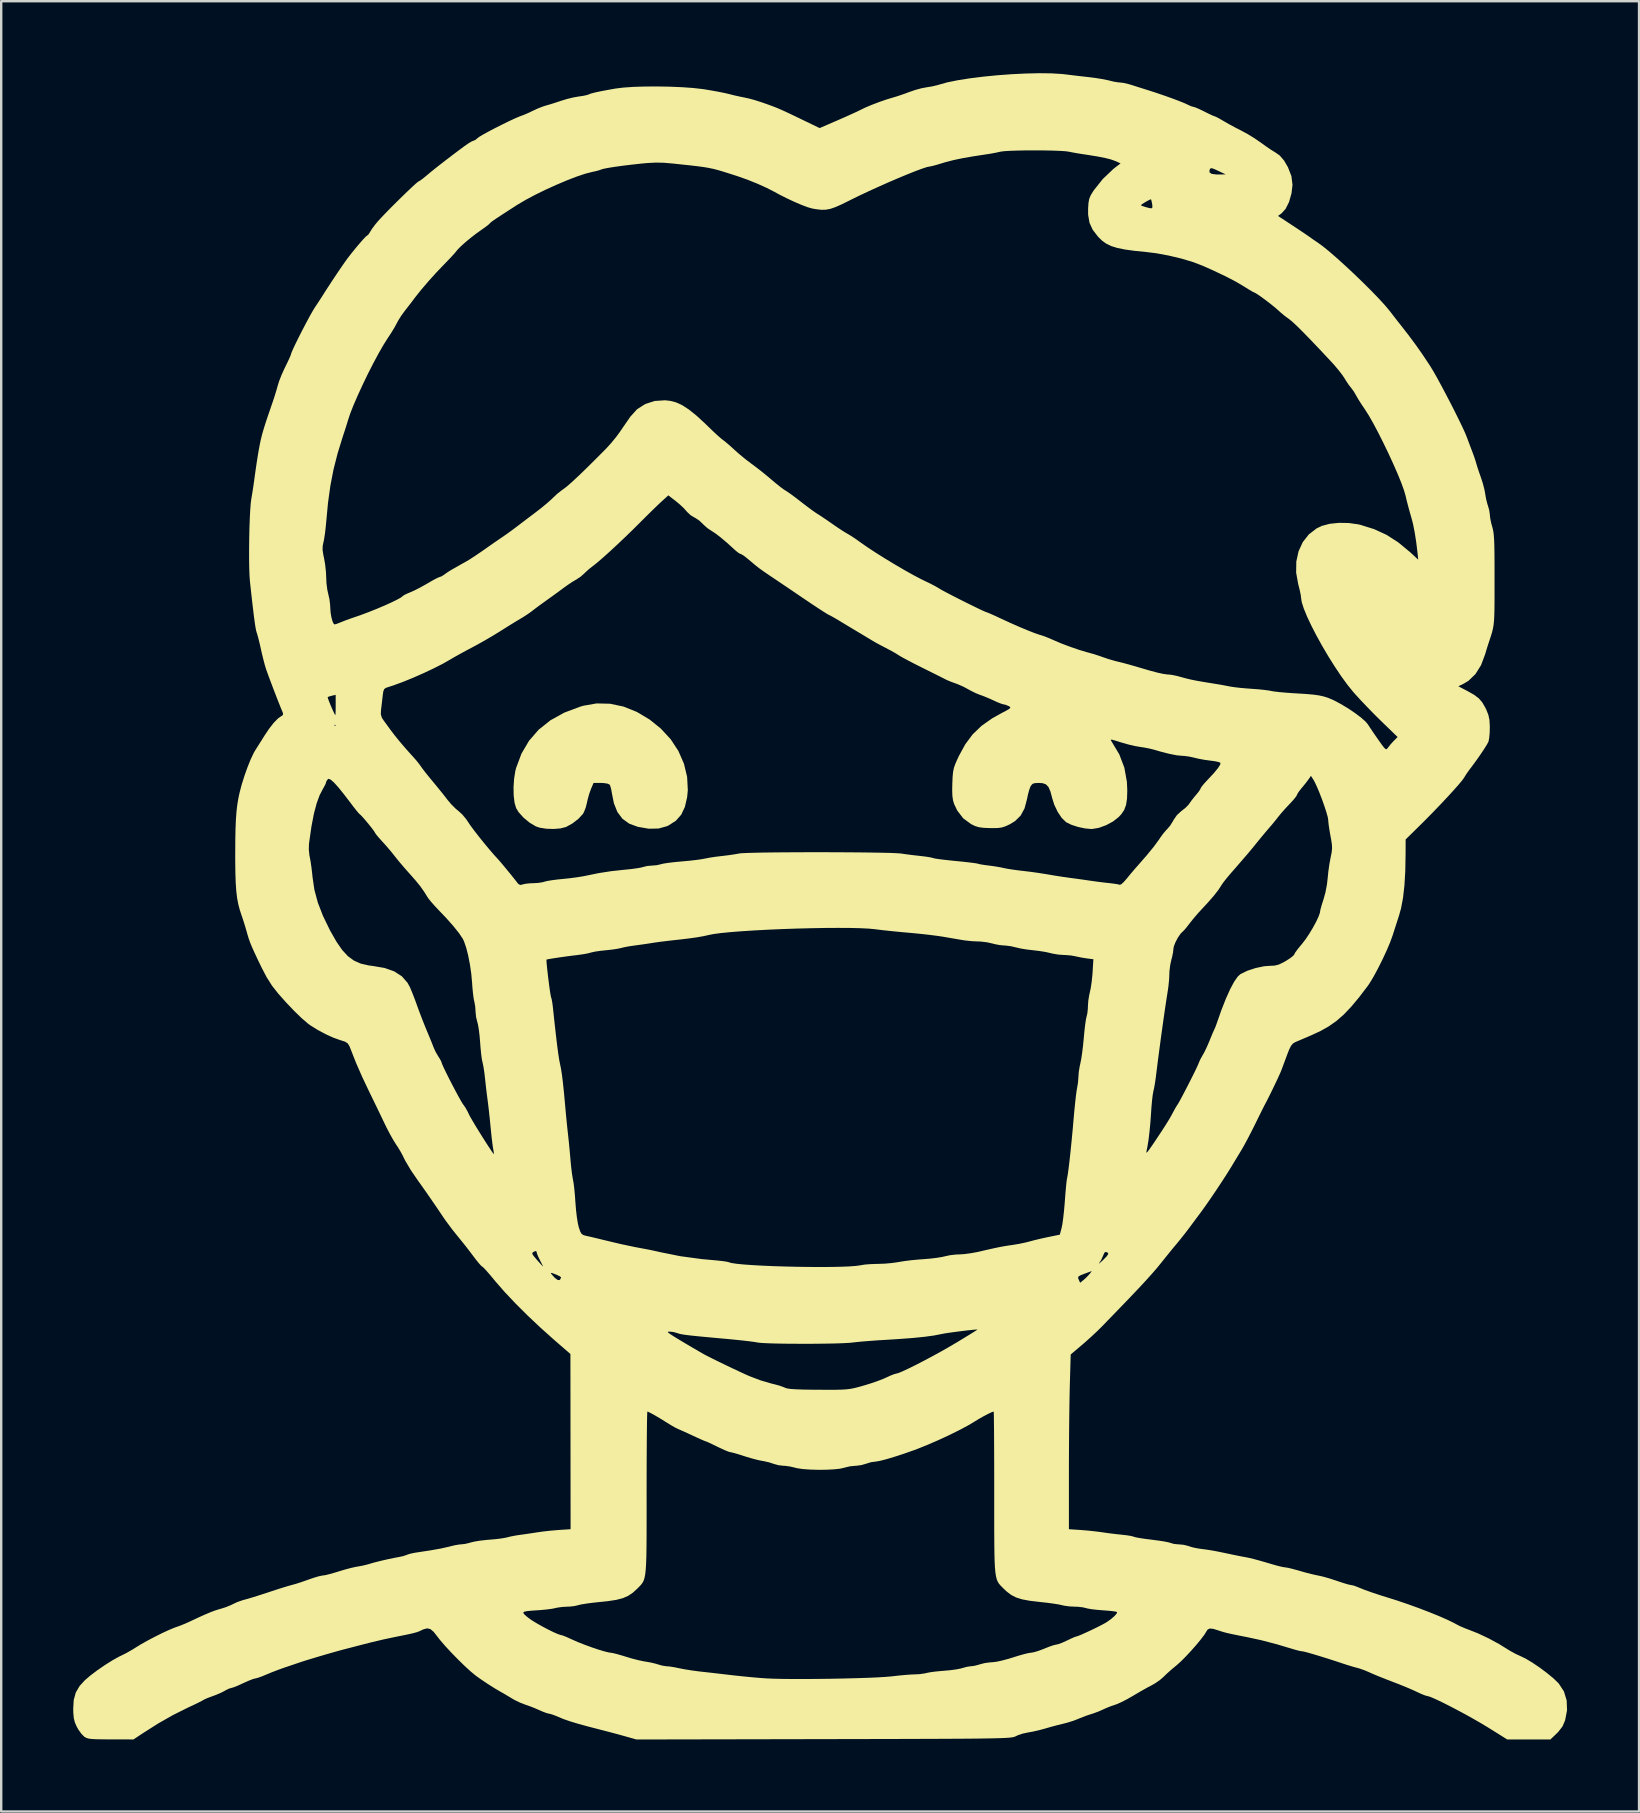
<source format=kicad_pcb>
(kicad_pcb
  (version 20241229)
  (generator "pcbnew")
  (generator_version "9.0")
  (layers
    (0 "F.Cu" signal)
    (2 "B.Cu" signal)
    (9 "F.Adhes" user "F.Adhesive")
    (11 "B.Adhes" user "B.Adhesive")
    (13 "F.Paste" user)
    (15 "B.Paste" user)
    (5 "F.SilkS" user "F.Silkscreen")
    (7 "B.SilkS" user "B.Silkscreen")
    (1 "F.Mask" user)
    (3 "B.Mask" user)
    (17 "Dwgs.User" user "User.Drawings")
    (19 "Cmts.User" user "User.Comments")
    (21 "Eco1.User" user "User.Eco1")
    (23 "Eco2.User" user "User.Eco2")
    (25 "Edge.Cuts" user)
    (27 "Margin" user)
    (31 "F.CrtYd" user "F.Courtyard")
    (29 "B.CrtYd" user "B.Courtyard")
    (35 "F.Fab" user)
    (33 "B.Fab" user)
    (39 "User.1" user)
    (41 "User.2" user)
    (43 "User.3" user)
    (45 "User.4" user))
  (footprint "silk-invert"
    (layer "F.Cu")
    (at 32.375 34.536)
    (property "Reference" "silk-invert" (at 0 0 0) (layer "F.SilkS") (effects (font (size 1.524 1.524) (thickness 0.3))))
    (attr board_only exclude_from_pos_files exclude_from_bom)
    (fp_poly (pts (xy -10.008 -8.267) (xy -9.446 -8.148) (xy -8.892 -7.926) (xy -8.353 -7.603) (xy -7.894 -7.232) (xy -7.484 -6.789) (xy -7.161 -6.297) (xy -6.93 -5.769) (xy -6.798 -5.22) (xy -6.769 -4.665) (xy -6.797 -4.374) (xy -6.892 -3.966) (xy -7.044 -3.644) (xy -7.265 -3.394) (xy -7.564 -3.2) (xy -7.637 -3.165) (xy -7.984 -3.068) (xy -8.396 -3.06) (xy -8.853 -3.139) (xy -9.211 -3.271) (xy -9.492 -3.474) (xy -9.703 -3.755) (xy -9.849 -4.12) (xy -9.928 -4.516) (xy -9.961 -4.701) (xy -10.001 -4.845) (xy -10.026 -4.897) (xy -10.116 -4.939) (xy -10.282 -4.963) (xy -10.39 -4.967) (xy -10.696 -4.967) (xy -10.803 -4.717) (xy -10.878 -4.509) (xy -10.945 -4.264) (xy -10.97 -4.149) (xy -11.023 -3.94) (xy -11.096 -3.753) (xy -11.141 -3.673) (xy -11.327 -3.472) (xy -11.575 -3.28) (xy -11.836 -3.135) (xy -11.85 -3.13) (xy -12.077 -3.072) (xy -12.365 -3.049) (xy -12.67 -3.06) (xy -12.944 -3.104) (xy -13.096 -3.155) (xy -13.361 -3.312) (xy -13.612 -3.519) (xy -13.816 -3.746) (xy -13.923 -3.92) (xy -13.988 -4.144) (xy -14.024 -4.444) (xy -14.03 -4.787) (xy -14.007 -5.139) (xy -13.955 -5.466) (xy -13.924 -5.588) (xy -13.698 -6.192) (xy -13.384 -6.724) (xy -12.984 -7.185) (xy -12.496 -7.575) (xy -11.919 -7.895) (xy -11.254 -8.145) (xy -11.118 -8.184) (xy -10.568 -8.28)) (stroke (width 0) (type solid)) (fill yes) (layer "F.SilkS"))
    (fp_poly (pts (xy 8.372 -34.53) (xy 8.808 -34.504) (xy 8.966 -34.487) (xy 9.207 -34.457) (xy 9.508 -34.421) (xy 9.817 -34.386) (xy 9.928 -34.374) (xy 10.209 -34.338) (xy 10.484 -34.294) (xy 10.709 -34.25) (xy 10.785 -34.231) (xy 10.986 -34.183) (xy 11.168 -34.154) (xy 11.238 -34.149) (xy 11.379 -34.132) (xy 11.577 -34.087) (xy 11.738 -34.04) (xy 11.987 -33.96) (xy 12.269 -33.871) (xy 12.445 -33.816) (xy 12.757 -33.715) (xy 13.084 -33.603) (xy 13.402 -33.49) (xy 13.686 -33.383) (xy 13.912 -33.292) (xy 14.056 -33.227) (xy 14.058 -33.225) (xy 14.195 -33.162) (xy 14.297 -33.133) (xy 14.301 -33.133) (xy 14.384 -33.108) (xy 14.536 -33.043) (xy 14.727 -32.951) (xy 14.757 -32.935) (xy 14.946 -32.841) (xy 15.096 -32.771) (xy 15.18 -32.739) (xy 15.185 -32.738) (xy 15.254 -32.71) (xy 15.388 -32.639) (xy 15.554 -32.542) (xy 15.773 -32.416) (xy 16.037 -32.273) (xy 16.292 -32.143) (xy 16.297 -32.14) (xy 16.557 -31.999) (xy 16.844 -31.823) (xy 17.099 -31.648) (xy 17.112 -31.638) (xy 17.316 -31.491) (xy 17.506 -31.361) (xy 17.65 -31.271) (xy 17.678 -31.256) (xy 17.889 -31.11) (xy 18.071 -30.899) (xy 18.233 -30.621) (xy 18.378 -30.25) (xy 18.423 -29.886) (xy 18.383 -29.537) (xy 18.278 -29.166) (xy 18.134 -28.88) (xy 17.963 -28.694) (xy 17.82 -28.589) (xy 18.004 -28.469) (xy 18.423 -28.193) (xy 18.75 -27.977) (xy 18.984 -27.819) (xy 19.121 -27.724) (xy 19.257 -27.627) (xy 19.43 -27.51) (xy 19.488 -27.47) (xy 19.705 -27.311) (xy 19.983 -27.084) (xy 20.305 -26.804) (xy 20.655 -26.486) (xy 21.019 -26.145) (xy 21.379 -25.797) (xy 21.72 -25.457) (xy 22.026 -25.14) (xy 22.281 -24.861) (xy 22.467 -24.638) (xy 22.626 -24.433) (xy 22.807 -24.2) (xy 22.925 -24.051) (xy 23.26 -23.62) (xy 23.547 -23.234) (xy 23.815 -22.855) (xy 24.089 -22.444) (xy 24.163 -22.331) (xy 24.283 -22.134) (xy 24.437 -21.863) (xy 24.615 -21.536) (xy 24.808 -21.173) (xy 25.005 -20.795) (xy 25.195 -20.421) (xy 25.369 -20.07) (xy 25.517 -19.763) (xy 25.627 -19.52) (xy 25.68 -19.389) (xy 25.764 -19.165) (xy 25.859 -18.913) (xy 25.904 -18.796) (xy 25.982 -18.586) (xy 26.049 -18.384) (xy 26.077 -18.288) (xy 26.123 -18.134) (xy 26.193 -17.921) (xy 26.273 -17.695) (xy 26.352 -17.452) (xy 26.417 -17.204) (xy 26.451 -17.018) (xy 26.489 -16.799) (xy 26.543 -16.585) (xy 26.564 -16.523) (xy 26.618 -16.336) (xy 26.644 -16.156) (xy 26.645 -16.137) (xy 26.662 -15.985) (xy 26.705 -15.781) (xy 26.744 -15.644) (xy 26.771 -15.543) (xy 26.793 -15.428) (xy 26.81 -15.286) (xy 26.823 -15.103) (xy 26.832 -14.867) (xy 26.837 -14.563) (xy 26.84 -14.18) (xy 26.841 -13.703) (xy 26.841 -13.434) (xy 26.841 -12.925) (xy 26.84 -12.514) (xy 26.837 -12.185) (xy 26.83 -11.923) (xy 26.818 -11.712) (xy 26.799 -11.536) (xy 26.771 -11.382) (xy 26.734 -11.233) (xy 26.685 -11.073) (xy 26.624 -10.888) (xy 26.579 -10.753) (xy 26.527 -10.589) (xy 26.467 -10.389) (xy 26.45 -10.329) (xy 26.278 -9.873) (xy 26.045 -9.502) (xy 25.756 -9.223) (xy 25.549 -9.098) (xy 25.334 -8.994) (xy 25.721 -8.791) (xy 25.991 -8.638) (xy 26.183 -8.493) (xy 26.327 -8.327) (xy 26.452 -8.112) (xy 26.499 -8.015) (xy 26.583 -7.805) (xy 26.628 -7.598) (xy 26.643 -7.344) (xy 26.644 -7.271) (xy 26.637 -7.039) (xy 26.617 -6.832) (xy 26.59 -6.693) (xy 26.587 -6.685) (xy 26.527 -6.572) (xy 26.414 -6.39) (xy 26.263 -6.164) (xy 26.089 -5.915) (xy 25.907 -5.666) (xy 25.786 -5.508) (xy 25.671 -5.346) (xy 25.572 -5.187) (xy 25.572 -5.186) (xy 25.494 -5.076) (xy 25.348 -4.901) (xy 25.145 -4.671) (xy 24.898 -4.401) (xy 24.619 -4.103) (xy 24.318 -3.789) (xy 24.009 -3.474) (xy 23.717 -3.183) (xy 23.137 -2.613) (xy 23.135 -1.998) (xy 23.122 -1.299) (xy 23.087 -0.698) (xy 23.029 -0.184) (xy 22.946 0.255) (xy 22.86 0.564) (xy 22.773 0.832) (xy 22.688 1.095) (xy 22.619 1.312) (xy 22.596 1.383) (xy 22.491 1.672) (xy 22.346 2.015) (xy 22.175 2.383) (xy 21.992 2.749) (xy 21.812 3.084) (xy 21.648 3.359) (xy 21.561 3.487) (xy 21.195 3.967) (xy 20.866 4.361) (xy 20.557 4.685) (xy 20.253 4.95) (xy 19.936 5.173) (xy 19.592 5.367) (xy 19.218 5.541) (xy 18.976 5.645) (xy 18.755 5.739) (xy 18.588 5.81) (xy 18.532 5.835) (xy 18.44 5.891) (xy 18.362 5.987) (xy 18.282 6.146) (xy 18.201 6.354) (xy 18.113 6.592) (xy 18.029 6.817) (xy 17.966 6.987) (xy 17.957 7.01) (xy 17.902 7.14) (xy 17.81 7.343) (xy 17.693 7.589) (xy 17.566 7.853) (xy 17.442 8.104) (xy 17.335 8.315) (xy 17.269 8.438) (xy 17.222 8.529) (xy 17.137 8.699) (xy 17.024 8.927) (xy 16.896 9.188) (xy 16.862 9.257) (xy 16.713 9.555) (xy 16.558 9.854) (xy 16.415 10.12) (xy 16.301 10.32) (xy 16.295 10.329) (xy 16.144 10.578) (xy 15.978 10.852) (xy 15.857 11.053) (xy 15.686 11.327) (xy 15.472 11.658) (xy 15.236 12.014) (xy 14.999 12.363) (xy 14.782 12.675) (xy 14.635 12.879) (xy 14.474 13.096) (xy 14.288 13.346) (xy 14.132 13.556) (xy 13.957 13.786) (xy 13.762 14.033) (xy 13.605 14.224) (xy 13.452 14.407) (xy 13.261 14.642) (xy 13.061 14.89) (xy 12.962 15.014) (xy 12.788 15.228) (xy 12.579 15.47) (xy 12.327 15.75) (xy 12.023 16.078) (xy 11.658 16.463) (xy 11.223 16.915) (xy 11.116 17.025) (xy 10.935 17.213) (xy 10.718 17.436) (xy 10.51 17.652) (xy 10.487 17.675) (xy 10.287 17.873) (xy 10.039 18.105) (xy 9.784 18.334) (xy 9.662 18.439) (xy 9.183 18.844) (xy 9.145 20.161) (xy 9.137 20.525) (xy 9.129 20.98) (xy 9.122 21.502) (xy 9.116 22.07) (xy 9.112 22.66) (xy 9.109 23.25) (xy 9.108 23.8) (xy 9.108 26.124) (xy 9.603 26.157) (xy 9.894 26.181) (xy 10.203 26.214) (xy 10.468 26.248) (xy 10.494 26.252) (xy 10.767 26.291) (xy 11.079 26.329) (xy 11.316 26.354) (xy 11.532 26.379) (xy 11.707 26.408) (xy 11.808 26.436) (xy 11.814 26.439) (xy 11.897 26.463) (xy 12.066 26.494) (xy 12.299 26.529) (xy 12.565 26.562) (xy 12.84 26.598) (xy 13.08 26.635) (xy 13.259 26.671) (xy 13.35 26.698) (xy 13.474 26.735) (xy 13.648 26.754) (xy 13.688 26.755) (xy 13.891 26.775) (xy 14.083 26.823) (xy 14.104 26.831) (xy 14.264 26.881) (xy 14.48 26.925) (xy 14.625 26.946) (xy 14.814 26.97) (xy 15.004 26.999) (xy 15.223 27.038) (xy 15.496 27.093) (xy 15.85 27.167) (xy 15.896 27.177) (xy 16.123 27.224) (xy 16.336 27.266) (xy 16.462 27.289) (xy 16.618 27.32) (xy 16.82 27.369) (xy 17.084 27.441) (xy 17.429 27.541) (xy 17.622 27.598) (xy 17.833 27.657) (xy 18.015 27.699) (xy 18.128 27.716) (xy 18.131 27.716) (xy 18.235 27.732) (xy 18.414 27.775) (xy 18.636 27.835) (xy 18.725 27.861) (xy 18.985 27.935) (xy 19.243 28) (xy 19.451 28.046) (xy 19.488 28.053) (xy 19.674 28.094) (xy 19.922 28.163) (xy 20.185 28.247) (xy 20.266 28.274) (xy 20.494 28.351) (xy 20.688 28.41) (xy 20.82 28.444) (xy 20.852 28.448) (xy 20.964 28.47) (xy 21.113 28.523) (xy 21.12 28.527) (xy 21.407 28.643) (xy 21.77 28.773) (xy 22.176 28.906) (xy 22.345 28.958) (xy 22.778 29.094) (xy 23.234 29.249) (xy 23.693 29.415) (xy 24.134 29.584) (xy 24.538 29.748) (xy 24.883 29.9) (xy 25.149 30.03) (xy 25.234 30.077) (xy 25.408 30.166) (xy 25.626 30.259) (xy 25.743 30.302) (xy 26.155 30.465) (xy 26.601 30.675) (xy 27.029 30.908) (xy 27.273 31.059) (xy 27.494 31.195) (xy 27.721 31.319) (xy 27.905 31.404) (xy 27.91 31.406) (xy 28.136 31.514) (xy 28.414 31.681) (xy 28.717 31.885) (xy 29.016 32.108) (xy 29.284 32.328) (xy 29.491 32.526) (xy 29.52 32.559) (xy 29.732 32.883) (xy 29.846 33.257) (xy 29.861 33.668) (xy 29.781 34.086) (xy 29.673 34.34) (xy 29.496 34.568) (xy 29.431 34.633) (xy 29.17 34.883) (xy 27.368 34.883) (xy 26.568 34.383) (xy 26.281 34.21) (xy 25.958 34.024) (xy 25.616 33.833) (xy 25.27 33.648) (xy 24.937 33.474) (xy 24.633 33.322) (xy 24.375 33.2) (xy 24.179 33.115) (xy 24.06 33.078) (xy 24.047 33.076) (xy 23.953 33.052) (xy 23.794 32.989) (xy 23.618 32.908) (xy 23.428 32.82) (xy 23.167 32.708) (xy 22.871 32.588) (xy 22.6 32.483) (xy 22.311 32.372) (xy 22.032 32.261) (xy 21.795 32.163) (xy 21.638 32.093) (xy 21.428 32.003) (xy 21.216 31.928) (xy 21.129 31.904) (xy 20.948 31.855) (xy 20.72 31.786) (xy 20.563 31.735) (xy 20.229 31.624) (xy 19.893 31.516) (xy 19.572 31.416) (xy 19.287 31.33) (xy 19.056 31.264) (xy 18.898 31.223) (xy 18.838 31.213) (xy 18.735 31.198) (xy 18.574 31.157) (xy 18.498 31.135) (xy 17.773 30.919) (xy 17.123 30.749) (xy 16.525 30.619) (xy 16.518 30.618) (xy 16.158 30.547) (xy 15.887 30.491) (xy 15.682 30.445) (xy 15.522 30.402) (xy 15.383 30.358) (xy 15.338 30.342) (xy 15.118 30.275) (xy 14.975 30.262) (xy 14.885 30.307) (xy 14.838 30.381) (xy 14.753 30.519) (xy 14.606 30.714) (xy 14.416 30.944) (xy 14.2 31.189) (xy 13.979 31.426) (xy 13.771 31.635) (xy 13.595 31.793) (xy 13.579 31.806) (xy 13.381 31.97) (xy 13.194 32.137) (xy 13.055 32.271) (xy 13.048 32.278) (xy 12.894 32.412) (xy 12.691 32.55) (xy 12.559 32.625) (xy 12.366 32.727) (xy 12.121 32.865) (xy 11.864 33.015) (xy 11.77 33.071) (xy 11.53 33.208) (xy 11.293 33.329) (xy 11.095 33.416) (xy 11.029 33.439) (xy 10.812 33.514) (xy 10.596 33.604) (xy 10.545 33.629) (xy 10.352 33.715) (xy 10.125 33.799) (xy 10.037 33.826) (xy 9.806 33.903) (xy 9.568 33.996) (xy 9.493 34.028) (xy 9.292 34.106) (xy 9.044 34.183) (xy 8.875 34.227) (xy 8.621 34.289) (xy 8.331 34.367) (xy 8.118 34.429) (xy 7.864 34.498) (xy 7.6 34.558) (xy 7.411 34.592) (xy 7.191 34.638) (xy 6.984 34.707) (xy 6.902 34.745) (xy 6.871 34.76) (xy 6.835 34.774) (xy 6.787 34.787) (xy 6.722 34.798) (xy 6.633 34.808) (xy 6.516 34.817) (xy 6.364 34.824) (xy 6.173 34.831) (xy 5.935 34.837) (xy 5.646 34.842) (xy 5.299 34.847) (xy 4.889 34.851) (xy 4.411 34.854) (xy 3.858 34.857) (xy 3.226 34.859) (xy 2.507 34.862) (xy 1.697 34.864) (xy 0.79 34.866) (xy -0.22 34.868) (xy -1.103 34.87) (xy -8.91 34.885) (xy -9.391 34.749) (xy -9.672 34.671) (xy -10.006 34.582) (xy -10.333 34.497) (xy -10.437 34.47) (xy -10.943 34.339) (xy -11.354 34.226) (xy -11.683 34.126) (xy -11.947 34.034) (xy -12.155 33.948) (xy -12.336 33.873) (xy -12.485 33.823) (xy -12.551 33.81) (xy -12.65 33.786) (xy -12.81 33.726) (xy -12.955 33.663) (xy -13.181 33.565) (xy -13.419 33.474) (xy -13.536 33.435) (xy -13.751 33.353) (xy -13.983 33.241) (xy -14.074 33.188) (xy -14.269 33.071) (xy -14.461 32.958) (xy -14.539 32.915) (xy -14.815 32.753) (xy -15.13 32.553) (xy -15.435 32.347) (xy -15.609 32.221) (xy -15.817 32.049) (xy -16.072 31.816) (xy -16.351 31.543) (xy -16.63 31.257) (xy -16.886 30.98) (xy -17.095 30.737) (xy -17.196 30.606) (xy -17.358 30.4) (xy -17.493 30.286) (xy -17.627 30.255) (xy -17.783 30.295) (xy -17.88 30.341) (xy -17.963 30.38) (xy -18.062 30.415) (xy -18.194 30.452) (xy -18.38 30.495) (xy -18.639 30.549) (xy -18.979 30.617) (xy -19.438 30.714) (xy -19.96 30.838) (xy -20.45 30.963) (xy -20.664 31.019) (xy -20.921 31.086) (xy -21.101 31.132) (xy -21.312 31.189) (xy -21.59 31.267) (xy -21.905 31.358) (xy -22.227 31.453) (xy -22.527 31.544) (xy -22.777 31.621) (xy -22.939 31.675) (xy -23.076 31.721) (xy -23.279 31.79) (xy -23.506 31.867) (xy -23.533 31.875) (xy -23.806 31.972) (xy -24.099 32.084) (xy -24.33 32.18) (xy -24.527 32.261) (xy -24.692 32.319) (xy -24.79 32.343) (xy -24.792 32.343) (xy -24.883 32.366) (xy -25.044 32.428) (xy -25.244 32.516) (xy -25.295 32.54) (xy -25.498 32.633) (xy -25.668 32.702) (xy -25.775 32.736) (xy -25.788 32.738) (xy -25.886 32.766) (xy -26.025 32.835) (xy -26.052 32.852) (xy -26.212 32.935) (xy -26.422 33.025) (xy -26.562 33.077) (xy -26.746 33.145) (xy -26.889 33.205) (xy -26.95 33.238) (xy -27.023 33.281) (xy -27.177 33.358) (xy -27.388 33.46) (xy -27.621 33.569) (xy -28.22 33.868) (xy -28.835 34.218) (xy -29.494 34.637) (xy -29.503 34.643) (xy -29.864 34.883) (xy -30.814 34.881) (xy -31.167 34.879) (xy -31.426 34.874) (xy -31.609 34.864) (xy -31.735 34.847) (xy -31.824 34.82) (xy -31.893 34.782) (xy -31.922 34.762) (xy -32.038 34.643) (xy -32.162 34.469) (xy -32.225 34.358) (xy -32.305 34.177) (xy -32.351 33.996) (xy -32.371 33.772) (xy -32.375 33.615) (xy -32.353 33.237) (xy -32.268 32.928) (xy -32.108 32.656) (xy -31.893 32.42) (xy -31.665 32.224) (xy -31.373 32.003) (xy -31.051 31.782) (xy -30.734 31.583) (xy -30.456 31.429) (xy -30.388 31.397) (xy -30.155 31.28) (xy -29.902 31.136) (xy -29.756 31.044) (xy -29.543 30.913) (xy -29.271 30.761) (xy -28.968 30.602) (xy -28.663 30.45) (xy -28.384 30.321) (xy -28.16 30.228) (xy -28.084 30.201) (xy -27.91 30.139) (xy -27.69 30.049) (xy -27.521 29.973) (xy -27.157 29.802) (xy -26.873 29.674) (xy -26.704 29.603) (xy -13.626 29.603) (xy -13.591 29.662) (xy -13.496 29.748) (xy -13.425 29.807) (xy -13.284 29.909) (xy -13.083 30.033) (xy -12.848 30.166) (xy -12.603 30.296) (xy -12.373 30.41) (xy -12.183 30.493) (xy -12.058 30.534) (xy -12.039 30.536) (xy -11.961 30.559) (xy -11.811 30.62) (xy -11.619 30.707) (xy -11.575 30.727) (xy -11.346 30.828) (xy -11.074 30.935) (xy -10.785 31.041) (xy -10.504 31.136) (xy -10.256 31.211) (xy -10.068 31.258) (xy -9.981 31.27) (xy -9.878 31.287) (xy -9.7 31.332) (xy -9.476 31.397) (xy -9.36 31.433) (xy -9.093 31.513) (xy -8.823 31.582) (xy -8.599 31.629) (xy -8.543 31.638) (xy -8.318 31.677) (xy -8.098 31.73) (xy -8.013 31.757) (xy -7.832 31.808) (xy -7.668 31.833) (xy -7.644 31.834) (xy -7.511 31.846) (xy -7.315 31.878) (xy -7.128 31.917) (xy -6.902 31.961) (xy -6.612 32.007) (xy -6.31 32.048) (xy -6.194 32.061) (xy -5.903 32.093) (xy -5.547 32.134) (xy -5.177 32.177) (xy -4.893 32.21) (xy -4.534 32.249) (xy -4.137 32.288) (xy -3.756 32.321) (xy -3.507 32.339) (xy -3.212 32.352) (xy -2.831 32.361) (xy -2.384 32.365) (xy -1.887 32.365) (xy -1.359 32.362) (xy -0.818 32.355) (xy -0.281 32.344) (xy 0.235 32.331) (xy 0.71 32.316) (xy 1.128 32.298) (xy 1.47 32.277) (xy 1.719 32.256) (xy 1.742 32.253) (xy 2.035 32.22) (xy 2.318 32.194) (xy 2.556 32.177) (xy 2.676 32.173) (xy 2.893 32.162) (xy 3.099 32.132) (xy 3.168 32.116) (xy 3.313 32.086) (xy 3.533 32.056) (xy 3.79 32.031) (xy 3.903 32.022) (xy 4.168 31.998) (xy 4.416 31.964) (xy 4.607 31.926) (xy 4.66 31.911) (xy 4.841 31.861) (xy 5.004 31.835) (xy 5.028 31.834) (xy 5.178 31.814) (xy 5.362 31.766) (xy 5.402 31.752) (xy 5.607 31.7) (xy 5.838 31.67) (xy 5.901 31.668) (xy 6.077 31.648) (xy 6.323 31.596) (xy 6.605 31.52) (xy 6.772 31.468) (xy 7.031 31.387) (xy 7.264 31.322) (xy 7.443 31.281) (xy 7.526 31.27) (xy 7.654 31.248) (xy 7.845 31.191) (xy 8.06 31.11) (xy 8.081 31.101) (xy 8.287 31.019) (xy 8.463 30.959) (xy 8.574 30.932) (xy 8.583 30.932) (xy 8.685 30.907) (xy 8.85 30.844) (xy 9.024 30.764) (xy 9.204 30.678) (xy 9.345 30.617) (xy 9.414 30.595) (xy 9.495 30.57) (xy 9.652 30.505) (xy 9.858 30.412) (xy 10.087 30.305) (xy 10.314 30.194) (xy 10.514 30.091) (xy 10.661 30.01) (xy 10.689 29.992) (xy 10.869 29.863) (xy 11.013 29.737) (xy 11.101 29.633) (xy 11.115 29.576) (xy 11.052 29.556) (xy 10.902 29.535) (xy 10.689 29.515) (xy 10.536 29.504) (xy 10.278 29.483) (xy 10.047 29.456) (xy 9.877 29.426) (xy 9.823 29.411) (xy 9.677 29.377) (xy 9.474 29.355) (xy 9.344 29.351) (xy 9.123 29.34) (xy 8.914 29.311) (xy 8.825 29.29) (xy 8.693 29.261) (xy 8.478 29.226) (xy 8.208 29.19) (xy 7.912 29.157) (xy 7.884 29.154) (xy 7.478 29.106) (xy 7.161 29.047) (xy 6.911 28.969) (xy 6.704 28.863) (xy 6.517 28.721) (xy 6.4 28.611) (xy 6.319 28.531) (xy 6.249 28.459) (xy 6.19 28.388) (xy 6.141 28.307) (xy 6.101 28.208) (xy 6.07 28.082) (xy 6.045 27.92) (xy 6.026 27.713) (xy 6.013 27.451) (xy 6.005 27.127) (xy 6 26.73) (xy 5.997 26.253) (xy 5.996 25.686) (xy 5.996 25.019) (xy 5.996 24.612) (xy 5.996 24.005) (xy 5.995 23.433) (xy 5.993 22.905) (xy 5.991 22.432) (xy 5.989 22.023) (xy 5.985 21.688) (xy 5.982 21.436) (xy 5.978 21.278) (xy 5.974 21.223) (xy 5.974 21.223) (xy 5.889 21.25) (xy 5.735 21.323) (xy 5.541 21.425) (xy 5.335 21.543) (xy 5.181 21.638) (xy 4.898 21.806) (xy 4.535 21.999) (xy 4.119 22.205) (xy 3.676 22.41) (xy 3.232 22.603) (xy 2.815 22.771) (xy 2.659 22.83) (xy 2.234 22.979) (xy 1.845 23.106) (xy 1.508 23.207) (xy 1.239 23.276) (xy 1.054 23.309) (xy 1.014 23.312) (xy 0.859 23.334) (xy 0.68 23.388) (xy 0.659 23.396) (xy 0.464 23.452) (xy 0.247 23.481) (xy 0.214 23.482) (xy -0.006 23.503) (xy -0.228 23.555) (xy -0.255 23.564) (xy -0.434 23.604) (xy -0.697 23.631) (xy -1.013 23.647) (xy -1.353 23.649) (xy -1.687 23.639) (xy -1.986 23.617) (xy -2.219 23.582) (xy -2.286 23.565) (xy -2.5 23.514) (xy -2.713 23.484) (xy -2.783 23.481) (xy -2.988 23.458) (xy -3.187 23.404) (xy -3.196 23.4) (xy -3.376 23.341) (xy -3.593 23.291) (xy -3.661 23.28) (xy -3.842 23.243) (xy -4.085 23.18) (xy -4.346 23.103) (xy -4.421 23.079) (xy -4.647 23.006) (xy -4.838 22.951) (xy -4.964 22.92) (xy -4.992 22.916) (xy -5.077 22.893) (xy -5.234 22.829) (xy -5.436 22.736) (xy -5.53 22.691) (xy -5.736 22.591) (xy -5.901 22.513) (xy -6.001 22.47) (xy -6.019 22.465) (xy -6.081 22.442) (xy -6.221 22.382) (xy -6.415 22.294) (xy -6.547 22.233) (xy -6.777 22.126) (xy -6.98 22.034) (xy -7.128 21.969) (xy -7.172 21.951) (xy -7.285 21.896) (xy -7.454 21.8) (xy -7.624 21.695) (xy -7.858 21.549) (xy -8.081 21.416) (xy -8.269 21.31) (xy -8.402 21.242) (xy -8.454 21.223) (xy -8.46 21.278) (xy -8.465 21.436) (xy -8.47 21.687) (xy -8.474 22.022) (xy -8.478 22.431) (xy -8.481 22.904) (xy -8.484 23.431) (xy -8.485 24.003) (xy -8.486 24.61) (xy -8.486 24.612) (xy -8.485 25.335) (xy -8.486 25.955) (xy -8.487 26.48) (xy -8.491 26.92) (xy -8.497 27.282) (xy -8.508 27.576) (xy -8.523 27.811) (xy -8.543 27.996) (xy -8.57 28.14) (xy -8.604 28.251) (xy -8.647 28.34) (xy -8.698 28.414) (xy -8.759 28.484) (xy -8.832 28.557) (xy -8.87 28.596) (xy -9.059 28.769) (xy -9.253 28.9) (xy -9.475 28.997) (xy -9.749 29.068) (xy -10.097 29.121) (xy -10.397 29.153) (xy -10.696 29.184) (xy -10.966 29.219) (xy -11.182 29.253) (xy -11.316 29.283) (xy -11.332 29.288) (xy -11.484 29.325) (xy -11.687 29.348) (xy -11.785 29.351) (xy -12.001 29.363) (xy -12.207 29.392) (xy -12.276 29.408) (xy -12.427 29.439) (xy -12.648 29.468) (xy -12.897 29.492) (xy -12.955 29.496) (xy -13.265 29.517) (xy -13.473 29.537) (xy -13.59 29.563) (xy -13.626 29.603) (xy -26.704 29.603) (xy -26.65 29.58) (xy -26.468 29.512) (xy -26.307 29.461) (xy -26.238 29.443) (xy -26.018 29.373) (xy -25.805 29.286) (xy -25.724 29.246) (xy -25.531 29.156) (xy -25.307 29.079) (xy -25.244 29.062) (xy -25.09 29.02) (xy -24.858 28.95) (xy -24.577 28.861) (xy -24.276 28.763) (xy -24.212 28.742) (xy -23.918 28.645) (xy -23.647 28.559) (xy -23.423 28.491) (xy -23.274 28.449) (xy -23.25 28.443) (xy -23.105 28.403) (xy -22.893 28.335) (xy -22.654 28.252) (xy -22.582 28.226) (xy -22.352 28.147) (xy -22.15 28.087) (xy -22.007 28.056) (xy -21.976 28.053) (xy -21.864 28.036) (xy -21.677 27.99) (xy -21.447 27.924) (xy -21.327 27.887) (xy -21.066 27.808) (xy -20.812 27.74) (xy -20.605 27.694) (xy -20.547 27.684) (xy -20.325 27.644) (xy -20.103 27.59) (xy -20.054 27.575) (xy -19.836 27.512) (xy -19.551 27.44) (xy -19.243 27.369) (xy -18.954 27.31) (xy -18.81 27.284) (xy -18.635 27.247) (xy -18.493 27.2) (xy -18.474 27.191) (xy -18.358 27.152) (xy -18.178 27.112) (xy -18.05 27.091) (xy -17.511 27.009) (xy -17.067 26.93) (xy -16.725 26.854) (xy -16.655 26.835) (xy -16.454 26.788) (xy -16.27 26.758) (xy -16.202 26.754) (xy -16.04 26.735) (xy -15.848 26.688) (xy -15.811 26.676) (xy -15.653 26.638) (xy -15.422 26.601) (xy -15.156 26.571) (xy -15.036 26.561) (xy -14.775 26.538) (xy -14.536 26.509) (xy -14.356 26.478) (xy -14.301 26.465) (xy -14.139 26.425) (xy -13.923 26.384) (xy -13.775 26.362) (xy -13.53 26.328) (xy -13.245 26.286) (xy -13.039 26.254) (xy -12.784 26.218) (xy -12.477 26.184) (xy -12.18 26.159) (xy -12.148 26.156) (xy -11.653 26.124) (xy -11.66 18.824) (xy -12.343 18.232) (xy -12.693 17.919) (xy -7.602 17.919) (xy -7.526 17.978) (xy -7.461 18.022) (xy -7.329 18.107) (xy -7.121 18.234) (xy -6.861 18.39) (xy -6.571 18.56) (xy -6.276 18.733) (xy -6.11 18.828) (xy -5.973 18.901) (xy -5.757 19.01) (xy -5.489 19.142) (xy -5.19 19.287) (xy -4.887 19.432) (xy -4.604 19.565) (xy -4.365 19.675) (xy -4.194 19.75) (xy -4.186 19.753) (xy -3.732 19.925) (xy -3.276 20.058) (xy -3.14 20.091) (xy -2.944 20.145) (xy -2.772 20.207) (xy -2.716 20.233) (xy -2.63 20.26) (xy -2.48 20.281) (xy -2.255 20.296) (xy -1.944 20.307) (xy -1.536 20.313) (xy -1.329 20.314) (xy -0.921 20.316) (xy -0.605 20.315) (xy -0.36 20.309) (xy -0.165 20.297) (xy 0.001 20.277) (xy 0.16 20.246) (xy 0.332 20.203) (xy 0.537 20.146) (xy 0.83 20.057) (xy 1.12 19.958) (xy 1.369 19.862) (xy 1.493 19.807) (xy 1.679 19.722) (xy 1.834 19.662) (xy 1.917 19.641) (xy 2.016 19.614) (xy 2.197 19.537) (xy 2.445 19.421) (xy 2.744 19.273) (xy 3.078 19.1) (xy 3.431 18.912) (xy 3.788 18.716) (xy 4.133 18.52) (xy 4.45 18.333) (xy 4.452 18.332) (xy 4.727 18.164) (xy 4.965 18.019) (xy 5.15 17.904) (xy 5.266 17.83) (xy 5.3 17.805) (xy 5.235 17.806) (xy 5.084 17.819) (xy 4.872 17.842) (xy 4.625 17.872) (xy 4.369 17.905) (xy 4.128 17.938) (xy 3.93 17.968) (xy 3.799 17.993) (xy 3.79 17.995) (xy 3.488 18.054) (xy 3.091 18.108) (xy 2.593 18.158) (xy 1.99 18.203) (xy 1.527 18.232) (xy 1.163 18.254) (xy 0.809 18.28) (xy 0.492 18.305) (xy 0.239 18.33) (xy 0.102 18.346) (xy -0.068 18.362) (xy -0.326 18.375) (xy -0.655 18.386) (xy -1.036 18.393) (xy -1.452 18.398) (xy -1.885 18.399) (xy -2.316 18.398) (xy -2.729 18.395) (xy -3.105 18.388) (xy -3.426 18.378) (xy -3.675 18.366) (xy -3.834 18.351) (xy -3.86 18.346) (xy -3.995 18.323) (xy -4.219 18.293) (xy -4.509 18.26) (xy -4.839 18.226) (xy -5.12 18.199) (xy -5.641 18.152) (xy -6.061 18.113) (xy -6.393 18.081) (xy -6.65 18.054) (xy -6.842 18.031) (xy -6.983 18.01) (xy -7.084 17.991) (xy -7.159 17.971) (xy -7.202 17.955) (xy -7.372 17.908) (xy -7.507 17.893) (xy -7.594 17.896) (xy -7.602 17.919) (xy -12.693 17.919) (xy -12.901 17.733) (xy -13.442 17.223) (xy -13.947 16.72) (xy -14.398 16.243) (xy -14.776 15.809) (xy -14.815 15.762) (xy -14.993 15.548) (xy -15.083 15.444) (xy -12.474 15.444) (xy -12.461 15.48) (xy -12.438 15.511) (xy -12.305 15.659) (xy -12.188 15.741) (xy -12.107 15.744) (xy -12.094 15.73) (xy -12.056 15.653) (xy 9.49 15.653) (xy 9.516 15.724) (xy 9.576 15.856) (xy 9.729 15.732) (xy 9.864 15.607) (xy 9.972 15.488) (xy 10.063 15.368) (xy 9.759 15.48) (xy 9.59 15.546) (xy 9.507 15.597) (xy 9.49 15.653) (xy -12.056 15.653) (xy -12.054 15.647) (xy -12.05 15.63) (xy -12.097 15.59) (xy -12.217 15.532) (xy -12.28 15.505) (xy -12.42 15.453) (xy -12.474 15.444) (xy -15.083 15.444) (xy -15.148 15.369) (xy -15.265 15.243) (xy -15.329 15.185) (xy -15.335 15.184) (xy -15.387 15.141) (xy -15.488 15.027) (xy -15.619 14.863) (xy -15.686 14.774) (xy -15.781 14.648) (xy -13.25 14.648) (xy -13.204 14.726) (xy -13.092 14.86) (xy -13.056 14.902) (xy -12.93 15.043) (xy -12.838 15.144) (xy -12.801 15.181) (xy -12.817 15.138) (xy -12.874 15.024) (xy -12.928 14.921) (xy -13.008 14.757) (xy -13.058 14.626) (xy -13.068 14.58) (xy -13.089 14.532) (xy -13.17 14.557) (xy -13.183 14.564) (xy -13.24 14.602) (xy -13.25 14.648) (xy -15.781 14.648) (xy -15.857 14.548) (xy -16.034 14.319) (xy -16.186 14.129) (xy -16.212 14.098) (xy -16.579 13.643) (xy -16.863 13.262) (xy -16.958 13.123) (xy -17.184 12.787) (xy -17.43 12.428) (xy -17.672 12.078) (xy -17.889 11.77) (xy -17.997 11.621) (xy -18.306 11.17) (xy -18.547 10.762) (xy -18.645 10.563) (xy -18.726 10.41) (xy -18.843 10.217) (xy -18.932 10.083) (xy -19.04 9.909) (xy -19.176 9.668) (xy -19.318 9.395) (xy -19.413 9.2) (xy -19.556 8.901) (xy -19.726 8.549) (xy -19.899 8.192) (xy -20.027 7.93) (xy -20.338 7.275) (xy -20.592 6.694) (xy -20.794 6.181) (xy -20.869 5.993) (xy -20.942 5.881) (xy -21.048 5.813) (xy -21.217 5.758) (xy -21.233 5.754) (xy -21.527 5.65) (xy -21.864 5.497) (xy -22.203 5.315) (xy -22.501 5.128) (xy -22.597 5.057) (xy -22.859 4.832) (xy -23.168 4.532) (xy -23.508 4.175) (xy -23.834 3.809) (xy -24.091 3.482) (xy -24.318 3.124) (xy -24.533 2.711) (xy -24.705 2.353) (xy -24.835 2.076) (xy -24.932 1.858) (xy -25.005 1.68) (xy -25.062 1.519) (xy -25.112 1.357) (xy -25.144 1.242) (xy -25.218 0.988) (xy -25.302 0.722) (xy -25.356 0.564) (xy -25.436 0.321) (xy -25.499 0.079) (xy -25.547 -0.178) (xy -25.582 -0.469) (xy -25.605 -0.811) (xy -25.619 -1.221) (xy -25.625 -1.717) (xy -25.625 -2.023) (xy -25.624 -2.192) (xy -22.559 -2.192) (xy -22.534 -1.949) (xy -22.52 -1.881) (xy -22.486 -1.703) (xy -22.45 -1.453) (xy -22.417 -1.175) (xy -22.404 -1.044) (xy -22.326 -0.514) (xy -22.184 0.016) (xy -21.97 0.57) (xy -21.678 1.171) (xy -21.657 1.209) (xy -21.406 1.65) (xy -21.168 1.993) (xy -20.93 2.251) (xy -20.676 2.436) (xy -20.392 2.561) (xy -20.063 2.636) (xy -19.895 2.658) (xy -19.4 2.742) (xy -18.997 2.885) (xy -18.681 3.09) (xy -18.445 3.361) (xy -18.343 3.55) (xy -18.254 3.763) (xy -18.15 4.029) (xy -18.053 4.294) (xy -18.045 4.318) (xy -17.951 4.575) (xy -17.832 4.886) (xy -17.708 5.198) (xy -17.652 5.334) (xy -17.547 5.585) (xy -17.453 5.814) (xy -17.383 5.991) (xy -17.353 6.068) (xy -17.28 6.229) (xy -17.178 6.406) (xy -17.16 6.434) (xy -17.077 6.568) (xy -17.031 6.664) (xy -17.028 6.68) (xy -17.002 6.755) (xy -16.933 6.908) (xy -16.832 7.118) (xy -16.708 7.365) (xy -16.573 7.627) (xy -16.438 7.884) (xy -16.313 8.115) (xy -16.209 8.299) (xy -16.137 8.416) (xy -16.119 8.439) (xy -16.036 8.557) (xy -15.94 8.73) (xy -15.891 8.834) (xy -15.836 8.941) (xy -15.738 9.11) (xy -15.61 9.325) (xy -15.462 9.565) (xy -15.308 9.812) (xy -15.159 10.046) (xy -15.026 10.25) (xy -14.923 10.404) (xy -14.86 10.488) (xy -14.847 10.499) (xy -14.851 10.449) (xy -14.87 10.322) (xy -14.886 10.231) (xy -14.91 10.063) (xy -14.94 9.819) (xy -14.97 9.534) (xy -14.992 9.313) (xy -15.023 8.999) (xy -15.058 8.675) (xy -15.092 8.387) (xy -15.111 8.241) (xy -15.147 7.966) (xy -15.185 7.647) (xy -15.217 7.349) (xy -15.218 7.338) (xy -15.247 7.09) (xy -15.282 6.863) (xy -15.316 6.697) (xy -15.323 6.67) (xy -15.351 6.537) (xy -15.379 6.323) (xy -15.405 6.062) (xy -15.421 5.852) (xy -15.444 5.571) (xy -15.476 5.31) (xy -15.511 5.101) (xy -15.537 5.002) (xy -15.589 4.792) (xy -15.613 4.57) (xy -15.613 4.55) (xy -15.627 4.345) (xy -15.662 4.149) (xy -15.668 4.128) (xy -15.695 3.99) (xy -15.722 3.774) (xy -15.746 3.517) (xy -15.756 3.366) (xy -15.79 2.986) (xy -15.847 2.595) (xy -15.875 2.453) (xy -12.658 2.453) (xy -12.646 2.601) (xy -12.625 2.81) (xy -12.597 3.056) (xy -12.565 3.314) (xy -12.533 3.56) (xy -12.503 3.767) (xy -12.478 3.912) (xy -12.464 3.968) (xy -12.439 4.052) (xy -12.411 4.214) (xy -12.385 4.42) (xy -12.385 4.428) (xy -12.325 4.995) (xy -12.268 5.503) (xy -12.216 5.941) (xy -12.169 6.297) (xy -12.129 6.561) (xy -12.098 6.717) (xy -12.056 6.921) (xy -12.014 7.183) (xy -11.973 7.516) (xy -11.929 7.935) (xy -11.881 8.452) (xy -11.88 8.467) (xy -11.85 8.801) (xy -11.816 9.154) (xy -11.782 9.479) (xy -11.76 9.68) (xy -11.727 9.981) (xy -11.693 10.331) (xy -11.663 10.667) (xy -11.656 10.753) (xy -11.63 11.027) (xy -11.598 11.29) (xy -11.565 11.5) (xy -11.551 11.571) (xy -11.524 11.729) (xy -11.496 11.966) (xy -11.47 12.25) (xy -11.451 12.524) (xy -11.426 12.83) (xy -11.391 13.128) (xy -11.35 13.382) (xy -11.313 13.54) (xy -11.252 13.72) (xy -11.193 13.821) (xy -11.111 13.873) (xy -10.996 13.904) (xy -10.846 13.937) (xy -10.622 13.99) (xy -10.361 14.053) (xy -10.211 14.09) (xy -9.562 14.244) (xy -8.967 14.37) (xy -8.57 14.444) (xy -8.356 14.485) (xy -8.099 14.54) (xy -7.92 14.581) (xy -7.082 14.75) (xy -6.183 14.871) (xy -5.836 14.902) (xy -5.562 14.927) (xy -5.328 14.953) (xy -5.157 14.977) (xy -5.073 14.997) (xy -5.072 14.998) (xy -4.96 15.032) (xy -4.75 15.064) (xy -4.455 15.094) (xy -4.091 15.12) (xy -3.67 15.144) (xy -3.209 15.164) (xy -2.72 15.179) (xy -2.219 15.191) (xy -1.72 15.198) (xy -1.237 15.2) (xy -0.785 15.198) (xy -0.377 15.189) (xy -0.029 15.175) (xy 0.245 15.154) (xy 0.432 15.128) (xy 0.453 15.123) (xy 0.602 15.099) (xy 0.823 15.081) (xy 1.075 15.071) (xy 1.142 15.071) (xy 1.355 15.063) (xy 10.354 15.063) (xy 10.411 15.019) (xy 10.525 14.916) (xy 10.537 14.904) (xy 10.686 14.751) (xy 10.748 14.655) (xy 10.734 14.609) (xy 10.645 14.569) (xy 10.587 14.605) (xy 10.531 14.731) (xy 10.527 14.742) (xy 10.452 14.908) (xy 10.367 15.039) (xy 10.354 15.063) (xy 1.355 15.063) (xy 1.431 15.061) (xy 1.735 15.034) (xy 1.995 14.997) (xy 2.019 14.992) (xy 2.244 14.955) (xy 2.536 14.918) (xy 2.852 14.888) (xy 3.037 14.875) (xy 3.326 14.851) (xy 3.602 14.818) (xy 3.828 14.781) (xy 3.937 14.756) (xy 4.153 14.709) (xy 4.407 14.68) (xy 4.537 14.676) (xy 4.753 14.662) (xy 5.026 14.625) (xy 5.305 14.574) (xy 5.362 14.561) (xy 5.724 14.477) (xy 6.002 14.415) (xy 6.222 14.369) (xy 6.409 14.334) (xy 6.591 14.305) (xy 6.76 14.281) (xy 7.021 14.238) (xy 7.29 14.182) (xy 7.467 14.137) (xy 7.677 14.081) (xy 7.945 14.017) (xy 8.218 13.957) (xy 8.253 13.95) (xy 8.729 13.853) (xy 8.804 13.573) (xy 8.836 13.413) (xy 8.87 13.17) (xy 8.903 12.874) (xy 8.931 12.556) (xy 8.937 12.474) (xy 8.96 12.17) (xy 8.984 11.897) (xy 9.006 11.678) (xy 9.024 11.54) (xy 9.029 11.515) (xy 9.057 11.367) (xy 9.091 11.122) (xy 9.131 10.796) (xy 9.173 10.41) (xy 12.337 10.41) (xy 12.346 10.442) (xy 12.386 10.398) (xy 12.474 10.28) (xy 12.594 10.108) (xy 12.683 9.977) (xy 12.914 9.629) (xy 13.092 9.357) (xy 13.228 9.14) (xy 13.334 8.963) (xy 13.421 8.805) (xy 13.446 8.757) (xy 13.532 8.598) (xy 13.604 8.478) (xy 13.626 8.446) (xy 13.676 8.366) (xy 13.765 8.206) (xy 13.88 7.989) (xy 14.011 7.737) (xy 14.147 7.471) (xy 14.276 7.215) (xy 14.387 6.989) (xy 14.469 6.815) (xy 14.51 6.717) (xy 14.51 6.717) (xy 14.57 6.575) (xy 14.661 6.408) (xy 14.679 6.378) (xy 14.764 6.224) (xy 14.866 6.01) (xy 14.96 5.79) (xy 15.043 5.586) (xy 15.114 5.416) (xy 15.161 5.314) (xy 15.163 5.31) (xy 15.215 5.193) (xy 15.266 5.052) (xy 15.458 4.504) (xy 15.646 4.026) (xy 15.825 3.628) (xy 15.991 3.317) (xy 16.142 3.101) (xy 16.253 2.999) (xy 16.544 2.857) (xy 16.892 2.743) (xy 17.243 2.67) (xy 17.47 2.653) (xy 17.674 2.643) (xy 17.843 2.603) (xy 18.026 2.518) (xy 18.151 2.447) (xy 18.322 2.337) (xy 18.446 2.24) (xy 18.498 2.178) (xy 18.498 2.175) (xy 18.533 2.104) (xy 18.627 1.974) (xy 18.761 1.808) (xy 18.814 1.746) (xy 18.961 1.557) (xy 19.117 1.324) (xy 19.27 1.071) (xy 19.405 0.822) (xy 19.508 0.603) (xy 19.566 0.439) (xy 19.573 0.387) (xy 19.591 0.295) (xy 19.637 0.13) (xy 19.702 -0.076) (xy 19.714 -0.111) (xy 19.796 -0.406) (xy 19.859 -0.74) (xy 19.887 -0.982) (xy 19.916 -1.273) (xy 19.961 -1.589) (xy 20.01 -1.851) (xy 20.053 -2.063) (xy 20.071 -2.23) (xy 20.066 -2.394) (xy 20.035 -2.6) (xy 20.006 -2.754) (xy 19.963 -3) (xy 19.93 -3.225) (xy 19.913 -3.39) (xy 19.912 -3.424) (xy 19.891 -3.549) (xy 19.834 -3.752) (xy 19.751 -4.006) (xy 19.652 -4.285) (xy 19.545 -4.562) (xy 19.44 -4.811) (xy 19.348 -5.007) (xy 19.304 -5.086) (xy 19.192 -5.262) (xy 19.086 -5.109) (xy 18.982 -4.971) (xy 18.847 -4.804) (xy 18.795 -4.743) (xy 18.689 -4.608) (xy 18.622 -4.503) (xy 18.612 -4.47) (xy 18.575 -4.404) (xy 18.477 -4.281) (xy 18.337 -4.126) (xy 18.295 -4.082) (xy 18.121 -3.896) (xy 17.958 -3.712) (xy 17.839 -3.567) (xy 17.83 -3.556) (xy 17.707 -3.399) (xy 17.551 -3.211) (xy 17.454 -3.098) (xy 17.3 -2.918) (xy 17.116 -2.697) (xy 16.943 -2.485) (xy 16.827 -2.341) (xy 16.712 -2.201) (xy 16.584 -2.048) (xy 16.429 -1.867) (xy 16.236 -1.643) (xy 15.989 -1.359) (xy 15.806 -1.149) (xy 15.656 -0.969) (xy 15.528 -0.804) (xy 15.448 -0.686) (xy 15.444 -0.677) (xy 15.329 -0.501) (xy 15.144 -0.265) (xy 14.901 0.014) (xy 14.659 0.275) (xy 14.471 0.48) (xy 14.28 0.704) (xy 14.137 0.885) (xy 14.015 1.042) (xy 13.916 1.16) (xy 13.864 1.211) (xy 13.761 1.313) (xy 13.647 1.481) (xy 13.545 1.674) (xy 13.478 1.85) (xy 13.463 1.936) (xy 13.446 2.1) (xy 13.403 2.305) (xy 13.378 2.394) (xy 13.328 2.622) (xy 13.297 2.879) (xy 13.293 2.986) (xy 13.282 3.223) (xy 13.255 3.497) (xy 13.231 3.669) (xy 13.171 4.051) (xy 13.101 4.519) (xy 13.026 5.045) (xy 12.948 5.603) (xy 12.873 6.165) (xy 12.802 6.706) (xy 12.741 7.198) (xy 12.731 7.281) (xy 12.698 7.516) (xy 12.658 7.744) (xy 12.628 7.874) (xy 12.601 8.023) (xy 12.573 8.251) (xy 12.548 8.524) (xy 12.533 8.749) (xy 12.504 9.165) (xy 12.466 9.562) (xy 12.424 9.914) (xy 12.378 10.195) (xy 12.354 10.309) (xy 12.337 10.41) (xy 9.173 10.41) (xy 9.174 10.403) (xy 9.219 9.959) (xy 9.265 9.479) (xy 9.304 9.031) (xy 9.335 8.681) (xy 9.369 8.353) (xy 9.4 8.071) (xy 9.429 7.858) (xy 9.448 7.746) (xy 9.485 7.527) (xy 9.503 7.302) (xy 9.504 7.27) (xy 9.519 7.076) (xy 9.557 6.843) (xy 9.584 6.721) (xy 9.62 6.542) (xy 9.659 6.284) (xy 9.696 5.981) (xy 9.727 5.668) (xy 9.728 5.657) (xy 9.755 5.365) (xy 9.786 5.103) (xy 9.816 4.897) (xy 9.842 4.774) (xy 9.845 4.764) (xy 9.878 4.622) (xy 9.897 4.427) (xy 9.9 4.337) (xy 9.916 4.103) (xy 9.958 3.85) (xy 9.98 3.762) (xy 10.019 3.572) (xy 10.057 3.314) (xy 10.086 3.033) (xy 10.094 2.925) (xy 10.128 2.378) (xy 9.858 2.344) (xy 9.643 2.31) (xy 9.436 2.268) (xy 9.384 2.256) (xy 9.198 2.222) (xy 8.975 2.203) (xy 8.899 2.201) (xy 8.664 2.184) (xy 8.414 2.141) (xy 8.34 2.122) (xy 8.141 2.077) (xy 7.884 2.035) (xy 7.622 2.004) (xy 7.613 2.003) (xy 7.356 1.973) (xy 7.106 1.932) (xy 6.914 1.888) (xy 6.905 1.886) (xy 6.691 1.836) (xy 6.474 1.808) (xy 6.421 1.806) (xy 6.225 1.788) (xy 5.999 1.744) (xy 5.917 1.721) (xy 5.688 1.671) (xy 5.43 1.641) (xy 5.323 1.637) (xy 5.078 1.626) (xy 4.803 1.598) (xy 4.667 1.578) (xy 4.442 1.539) (xy 4.161 1.491) (xy 3.881 1.443) (xy 3.847 1.437) (xy 3.618 1.403) (xy 3.309 1.364) (xy 2.956 1.324) (xy 2.591 1.288) (xy 2.433 1.274) (xy 2.076 1.242) (xy 1.72 1.206) (xy 1.395 1.172) (xy 1.136 1.141) (xy 1.047 1.129) (xy 0.781 1.103) (xy 0.423 1.085) (xy -0.014 1.074) (xy -0.514 1.072) (xy -1.063 1.075) (xy -1.645 1.086) (xy -2.245 1.101) (xy -2.849 1.122) (xy -3.441 1.148) (xy -4.007 1.178) (xy -4.531 1.212) (xy -5 1.249) (xy -5.397 1.288) (xy -5.707 1.33) (xy -5.883 1.365) (xy -6.118 1.417) (xy -6.383 1.464) (xy -6.703 1.509) (xy -7.102 1.557) (xy -7.298 1.578) (xy -7.595 1.612) (xy -7.898 1.649) (xy -8.159 1.685) (xy -8.259 1.701) (xy -8.531 1.743) (xy -8.83 1.785) (xy -8.995 1.807) (xy -9.218 1.84) (xy -9.421 1.878) (xy -9.536 1.907) (xy -9.675 1.938) (xy -9.886 1.971) (xy -10.129 1.999) (xy -10.187 2.004) (xy -10.426 2.03) (xy -10.637 2.061) (xy -10.782 2.093) (xy -10.805 2.1) (xy -10.93 2.133) (xy -11.127 2.169) (xy -11.355 2.201) (xy -11.371 2.203) (xy -11.617 2.233) (xy -11.882 2.268) (xy -12.142 2.305) (xy -12.372 2.34) (xy -12.548 2.369) (xy -12.645 2.389) (xy -12.656 2.393) (xy -12.658 2.453) (xy -15.875 2.453) (xy -15.92 2.221) (xy -16.004 1.891) (xy -16.093 1.632) (xy -16.145 1.524) (xy -16.301 1.292) (xy -16.533 1.001) (xy -16.83 0.666) (xy -17.141 0.34) (xy -17.317 0.153) (xy -17.473 -0.024) (xy -17.583 -0.163) (xy -17.608 -0.201) (xy -17.762 -0.446) (xy -17.915 -0.662) (xy -18.095 -0.885) (xy -18.326 -1.148) (xy -18.357 -1.182) (xy -18.555 -1.405) (xy -18.753 -1.637) (xy -18.92 -1.84) (xy -18.979 -1.916) (xy -19.14 -2.117) (xy -19.335 -2.346) (xy -19.503 -2.532) (xy -19.644 -2.688) (xy -19.749 -2.813) (xy -19.798 -2.884) (xy -19.8 -2.889) (xy -19.834 -2.949) (xy -19.922 -3.068) (xy -20.043 -3.221) (xy -20.176 -3.382) (xy -20.3 -3.526) (xy -20.395 -3.627) (xy -20.434 -3.66) (xy -20.486 -3.711) (xy -20.587 -3.832) (xy -20.72 -4.002) (xy -20.802 -4.111) (xy -21.094 -4.493) (xy -21.329 -4.784) (xy -21.511 -4.985) (xy -21.645 -5.103) (xy -21.733 -5.139) (xy -21.76 -5.129) (xy -21.826 -5.042) (xy -21.836 -5.003) (xy -21.864 -4.917) (xy -21.934 -4.784) (xy -21.96 -4.741) (xy -22.107 -4.46) (xy -22.235 -4.109) (xy -22.348 -3.68) (xy -22.448 -3.162) (xy -22.537 -2.543) (xy -22.553 -2.418) (xy -22.559 -2.192) (xy -25.624 -2.192) (xy -25.622 -2.582) (xy -25.613 -3.048) (xy -25.597 -3.436) (xy -25.573 -3.767) (xy -25.539 -4.058) (xy -25.494 -4.327) (xy -25.448 -4.544) (xy -25.358 -4.889) (xy -25.243 -5.259) (xy -25.113 -5.623) (xy -24.979 -5.954) (xy -24.853 -6.22) (xy -24.787 -6.334) (xy -24.647 -6.554) (xy -24.501 -6.785) (xy -24.413 -6.927) (xy -24.217 -7.22) (xy -24.103 -7.366) (xy -21.497 -7.366) (xy -21.468 -7.338) (xy -21.44 -7.366) (xy -21.468 -7.394) (xy -21.497 -7.366) (xy -24.103 -7.366) (xy -24.024 -7.468) (xy -23.849 -7.648) (xy -23.737 -7.73) (xy -23.647 -7.788) (xy -23.63 -7.855) (xy -23.675 -7.975) (xy -23.678 -7.98) (xy -23.733 -8.113) (xy -23.818 -8.325) (xy -23.904 -8.544) (xy -21.774 -8.544) (xy -21.762 -8.49) (xy -21.716 -8.365) (xy -21.65 -8.202) (xy -21.577 -8.033) (xy -21.511 -7.889) (xy -21.465 -7.802) (xy -21.454 -7.791) (xy -21.449 -7.828) (xy -19.559 -7.828) (xy -19.518 -7.688) (xy -19.45 -7.583) (xy -19.335 -7.425) (xy -19.199 -7.238) (xy -19.149 -7.169) (xy -18.974 -6.939) (xy -18.747 -6.661) (xy -18.496 -6.369) (xy -18.25 -6.095) (xy -18.22 -6.064) (xy -18.076 -5.9) (xy -17.948 -5.738) (xy -17.9 -5.669) (xy -17.82 -5.557) (xy -17.688 -5.386) (xy -17.522 -5.18) (xy -17.392 -5.024) (xy -17.201 -4.792) (xy -17.012 -4.559) (xy -16.852 -4.356) (xy -16.78 -4.262) (xy -16.62 -4.072) (xy -16.438 -3.892) (xy -16.334 -3.807) (xy -16.167 -3.655) (xy -16.002 -3.457) (xy -15.927 -3.345) (xy -15.824 -3.192) (xy -15.665 -2.977) (xy -15.468 -2.724) (xy -15.251 -2.455) (xy -15.033 -2.192) (xy -14.832 -1.96) (xy -14.691 -1.806) (xy -14.603 -1.707) (xy -14.467 -1.546) (xy -14.304 -1.349) (xy -14.135 -1.142) (xy -13.982 -0.951) (xy -13.866 -0.803) (xy -13.835 -0.761) (xy -13.749 -0.716) (xy -13.648 -0.739) (xy -13.513 -0.769) (xy -13.321 -0.787) (xy -13.209 -0.79) (xy -13.002 -0.802) (xy -12.816 -0.831) (xy -12.746 -0.852) (xy -12.623 -0.883) (xy -12.42 -0.916) (xy -12.168 -0.948) (xy -11.993 -0.965) (xy -11.695 -0.996) (xy -11.392 -1.036) (xy -11.131 -1.078) (xy -11.031 -1.098) (xy -10.483 -1.21) (xy -9.969 -1.29) (xy -9.419 -1.35) (xy -9.375 -1.354) (xy -9.112 -1.381) (xy -8.876 -1.414) (xy -8.7 -1.446) (xy -8.636 -1.464) (xy -8.47 -1.505) (xy -8.276 -1.524) (xy -8.259 -1.524) (xy -8.07 -1.539) (xy -7.902 -1.577) (xy -7.889 -1.582) (xy -7.775 -1.608) (xy -7.576 -1.639) (xy -7.319 -1.669) (xy -7.033 -1.696) (xy -7.022 -1.697) (xy -6.722 -1.724) (xy -6.438 -1.756) (xy -6.203 -1.788) (xy -6.053 -1.816) (xy -5.869 -1.852) (xy -5.623 -1.89) (xy -5.365 -1.921) (xy -5.346 -1.923) (xy -5.09 -1.954) (xy -4.841 -1.99) (xy -4.65 -2.024) (xy -4.639 -2.027) (xy -4.528 -2.039) (xy -4.316 -2.049) (xy -4.017 -2.058) (xy -3.644 -2.066) (xy -3.21 -2.072) (xy -2.727 -2.076) (xy -2.208 -2.079) (xy -1.667 -2.081) (xy -1.116 -2.081) (xy -0.568 -2.079) (xy -0.036 -2.076) (xy 0.467 -2.072) (xy 0.927 -2.066) (xy 1.333 -2.059) (xy 1.671 -2.051) (xy 1.929 -2.04) (xy 2.092 -2.029) (xy 2.121 -2.025) (xy 2.352 -1.992) (xy 2.635 -1.956) (xy 2.912 -1.925) (xy 2.922 -1.924) (xy 3.144 -1.897) (xy 3.325 -1.869) (xy 3.433 -1.843) (xy 3.446 -1.838) (xy 3.521 -1.819) (xy 3.689 -1.794) (xy 3.927 -1.764) (xy 4.213 -1.733) (xy 4.371 -1.717) (xy 4.676 -1.687) (xy 4.946 -1.657) (xy 5.157 -1.63) (xy 5.289 -1.609) (xy 5.318 -1.601) (xy 5.416 -1.577) (xy 5.587 -1.549) (xy 5.77 -1.526) (xy 6.013 -1.493) (xy 6.254 -1.452) (xy 6.392 -1.422) (xy 6.565 -1.388) (xy 6.809 -1.35) (xy 7.079 -1.315) (xy 7.184 -1.303) (xy 7.497 -1.266) (xy 7.84 -1.218) (xy 8.148 -1.169) (xy 8.203 -1.16) (xy 8.502 -1.109) (xy 8.834 -1.057) (xy 9.126 -1.016) (xy 9.136 -1.014) (xy 9.422 -0.976) (xy 9.731 -0.933) (xy 9.985 -0.896) (xy 10.267 -0.856) (xy 10.579 -0.817) (xy 10.78 -0.795) (xy 10.985 -0.77) (xy 11.147 -0.745) (xy 11.231 -0.723) (xy 11.232 -0.723) (xy 11.292 -0.747) (xy 11.395 -0.841) (xy 11.512 -0.975) (xy 11.673 -1.172) (xy 11.865 -1.397) (xy 12.022 -1.575) (xy 12.368 -1.972) (xy 12.653 -2.322) (xy 12.866 -2.614) (xy 12.91 -2.681) (xy 13.034 -2.853) (xy 13.166 -3.008) (xy 13.202 -3.043) (xy 13.321 -3.182) (xy 13.436 -3.363) (xy 13.465 -3.418) (xy 13.606 -3.625) (xy 13.793 -3.796) (xy 13.804 -3.804) (xy 13.964 -3.929) (xy 14.095 -4.065) (xy 14.124 -4.106) (xy 14.223 -4.245) (xy 14.355 -4.411) (xy 14.409 -4.473) (xy 14.517 -4.606) (xy 14.584 -4.709) (xy 14.595 -4.74) (xy 14.632 -4.805) (xy 14.729 -4.925) (xy 14.866 -5.075) (xy 14.883 -5.093) (xy 15.143 -5.372) (xy 15.32 -5.586) (xy 15.412 -5.732) (xy 15.421 -5.805) (xy 15.352 -5.836) (xy 15.203 -5.869) (xy 15.006 -5.896) (xy 14.755 -5.93) (xy 14.501 -5.977) (xy 14.344 -6.015) (xy 14.127 -6.064) (xy 13.91 -6.093) (xy 13.839 -6.096) (xy 13.602 -6.118) (xy 13.279 -6.182) (xy 12.891 -6.282) (xy 12.672 -6.347) (xy 12.465 -6.4) (xy 12.218 -6.447) (xy 12.079 -6.467) (xy 11.858 -6.505) (xy 11.584 -6.569) (xy 11.312 -6.646) (xy 11.272 -6.659) (xy 11.05 -6.729) (xy 10.917 -6.766) (xy 10.858 -6.77) (xy 10.855 -6.744) (xy 10.887 -6.693) (xy 11.207 -6.158) (xy 11.418 -5.604) (xy 11.524 -5.014) (xy 11.54 -4.656) (xy 11.529 -4.312) (xy 11.489 -4.051) (xy 11.412 -3.842) (xy 11.287 -3.659) (xy 11.18 -3.544) (xy 10.949 -3.363) (xy 10.66 -3.207) (xy 10.356 -3.096) (xy 10.079 -3.049) (xy 10.05 -3.048) (xy 9.784 -3.071) (xy 9.491 -3.133) (xy 9.218 -3.221) (xy 9.007 -3.323) (xy 8.987 -3.337) (xy 8.808 -3.511) (xy 8.639 -3.764) (xy 8.498 -4.059) (xy 8.413 -4.33) (xy 8.338 -4.611) (xy 8.257 -4.797) (xy 8.153 -4.906) (xy 8.013 -4.957) (xy 7.863 -4.967) (xy 7.689 -4.96) (xy 7.589 -4.926) (xy 7.525 -4.849) (xy 7.504 -4.812) (xy 7.453 -4.673) (xy 7.399 -4.471) (xy 7.362 -4.292) (xy 7.26 -3.907) (xy 7.098 -3.607) (xy 6.864 -3.377) (xy 6.647 -3.246) (xy 6.467 -3.161) (xy 6.315 -3.112) (xy 6.15 -3.089) (xy 5.931 -3.085) (xy 5.813 -3.086) (xy 5.55 -3.097) (xy 5.36 -3.122) (xy 5.203 -3.17) (xy 5.038 -3.249) (xy 5.026 -3.256) (xy 4.705 -3.493) (xy 4.455 -3.818) (xy 4.324 -4.093) (xy 4.279 -4.246) (xy 4.253 -4.429) (xy 4.245 -4.67) (xy 4.251 -4.95) (xy 4.263 -5.228) (xy 4.283 -5.432) (xy 4.319 -5.602) (xy 4.382 -5.777) (xy 4.48 -5.997) (xy 4.526 -6.094) (xy 4.793 -6.582) (xy 5.099 -6.992) (xy 5.465 -7.344) (xy 5.911 -7.658) (xy 6.305 -7.878) (xy 6.509 -7.985) (xy 6.626 -8.055) (xy 6.668 -8.101) (xy 6.651 -8.137) (xy 6.604 -8.167) (xy 6.473 -8.222) (xy 6.392 -8.239) (xy 6.3 -8.263) (xy 6.142 -8.325) (xy 5.968 -8.404) (xy 5.75 -8.502) (xy 5.535 -8.59) (xy 5.404 -8.637) (xy 5.217 -8.712) (xy 5.006 -8.817) (xy 4.923 -8.864) (xy 4.706 -8.98) (xy 4.467 -9.084) (xy 4.388 -9.113) (xy 4.194 -9.183) (xy 4.022 -9.255) (xy 3.964 -9.284) (xy 3.864 -9.335) (xy 3.685 -9.426) (xy 3.445 -9.545) (xy 3.168 -9.683) (xy 2.998 -9.768) (xy 2.707 -9.914) (xy 2.44 -10.052) (xy 2.22 -10.17) (xy 2.067 -10.256) (xy 2.019 -10.286) (xy 1.889 -10.368) (xy 1.697 -10.476) (xy 1.486 -10.588) (xy 1.482 -10.59) (xy 1.269 -10.701) (xy 1.072 -10.807) (xy 0.935 -10.886) (xy 0.933 -10.887) (xy 0.81 -10.962) (xy 0.622 -11.075) (xy 0.399 -11.209) (xy 0.283 -11.278) (xy 0.032 -11.428) (xy -0.223 -11.582) (xy -0.439 -11.713) (xy -0.504 -11.752) (xy -0.681 -11.856) (xy -0.831 -11.939) (xy -0.909 -11.977) (xy -0.983 -12.019) (xy -1.136 -12.115) (xy -1.351 -12.255) (xy -1.615 -12.43) (xy -1.911 -12.629) (xy -2.031 -12.71) (xy -2.357 -12.932) (xy -2.675 -13.147) (xy -2.965 -13.343) (xy -3.207 -13.506) (xy -3.381 -13.622) (xy -3.408 -13.641) (xy -3.61 -13.779) (xy -3.798 -13.914) (xy -3.932 -14.018) (xy -4.086 -14.148) (xy -4.262 -14.295) (xy -4.307 -14.333) (xy -4.44 -14.436) (xy -4.543 -14.498) (xy -4.571 -14.506) (xy -4.644 -14.542) (xy -4.763 -14.634) (xy -4.839 -14.703) (xy -5.122 -14.96) (xy -5.387 -15.185) (xy -5.616 -15.361) (xy -5.788 -15.474) (xy -5.804 -15.483) (xy -5.957 -15.586) (xy -6.114 -15.727) (xy -6.146 -15.761) (xy -6.296 -15.901) (xy -6.461 -16.01) (xy -6.497 -16.027) (xy -6.656 -16.124) (xy -6.805 -16.265) (xy -6.824 -16.288) (xy -6.945 -16.422) (xy -7.118 -16.583) (xy -7.273 -16.711) (xy -7.581 -16.948) (xy -7.878 -16.678) (xy -8.031 -16.534) (xy -8.238 -16.334) (xy -8.473 -16.103) (xy -8.71 -15.867) (xy -8.74 -15.836) (xy -9.051 -15.527) (xy -9.378 -15.21) (xy -9.704 -14.901) (xy -10.015 -14.613) (xy -10.295 -14.361) (xy -10.529 -14.159) (xy -10.7 -14.021) (xy -10.72 -14.007) (xy -10.891 -13.873) (xy -11.046 -13.732) (xy -11.088 -13.69) (xy -11.24 -13.556) (xy -11.416 -13.44) (xy -11.427 -13.434) (xy -11.576 -13.347) (xy -11.769 -13.218) (xy -11.952 -13.087) (xy -12.165 -12.929) (xy -12.418 -12.745) (xy -12.66 -12.572) (xy -12.678 -12.559) (xy -12.887 -12.409) (xy -13.084 -12.263) (xy -13.233 -12.15) (xy -13.256 -12.131) (xy -13.406 -12.022) (xy -13.604 -11.892) (xy -13.747 -11.805) (xy -13.929 -11.697) (xy -14.169 -11.55) (xy -14.431 -11.386) (xy -14.595 -11.282) (xy -14.88 -11.107) (xy -15.216 -10.91) (xy -15.554 -10.721) (xy -15.755 -10.613) (xy -16.027 -10.469) (xy -16.293 -10.323) (xy -16.52 -10.196) (xy -16.66 -10.113) (xy -16.968 -9.937) (xy -17.354 -9.741) (xy -17.784 -9.538) (xy -18.23 -9.342) (xy -18.659 -9.168) (xy -19.04 -9.029) (xy -19.213 -8.973) (xy -19.347 -8.929) (xy -19.42 -8.875) (xy -19.457 -8.777) (xy -19.481 -8.603) (xy -19.483 -8.587) (xy -19.509 -8.351) (xy -19.538 -8.112) (xy -19.55 -8.015) (xy -19.559 -7.828) (xy -21.449 -7.828) (xy -21.447 -7.842) (xy -21.442 -7.978) (xy -21.44 -8.173) (xy -21.44 -8.214) (xy -21.44 -8.638) (xy -21.596 -8.601) (xy -21.716 -8.568) (xy -21.774 -8.544) (xy -23.904 -8.544) (xy -23.921 -8.59) (xy -24.034 -8.882) (xy -24.144 -9.174) (xy -24.244 -9.441) (xy -24.321 -9.655) (xy -24.34 -9.708) (xy -24.391 -9.876) (xy -24.454 -10.115) (xy -24.52 -10.386) (xy -24.551 -10.527) (xy -24.609 -10.781) (xy -24.665 -11.007) (xy -24.711 -11.173) (xy -24.731 -11.231) (xy -24.754 -11.312) (xy -24.781 -11.451) (xy -24.812 -11.657) (xy -24.85 -11.939) (xy -24.894 -12.307) (xy -24.947 -12.769) (xy -25.009 -13.334) (xy -25.011 -13.349) (xy -25.029 -13.593) (xy -25.041 -13.918) (xy -25.047 -14.301) (xy -25.047 -14.675) (xy -21.985 -14.675) (xy -21.955 -14.476) (xy -21.927 -14.344) (xy -21.878 -14.066) (xy -21.845 -13.754) (xy -21.835 -13.536) (xy -21.823 -13.281) (xy -21.79 -13.026) (xy -21.751 -12.846) (xy -21.698 -12.613) (xy -21.669 -12.363) (xy -21.666 -12.288) (xy -21.653 -12.081) (xy -21.62 -11.876) (xy -21.573 -11.704) (xy -21.52 -11.594) (xy -21.486 -11.571) (xy -21.406 -11.592) (xy -21.27 -11.644) (xy -21.226 -11.662) (xy -21.048 -11.733) (xy -20.826 -11.814) (xy -20.705 -11.855) (xy -20.394 -11.962) (xy -20.062 -12.087) (xy -19.727 -12.221) (xy -19.406 -12.357) (xy -19.119 -12.487) (xy -18.883 -12.602) (xy -18.718 -12.694) (xy -18.64 -12.757) (xy -18.64 -12.757) (xy -18.574 -12.802) (xy -18.437 -12.867) (xy -18.342 -12.905) (xy -18.168 -12.982) (xy -17.94 -13.098) (xy -17.698 -13.232) (xy -17.622 -13.276) (xy -17.417 -13.395) (xy -17.246 -13.487) (xy -17.133 -13.539) (xy -17.106 -13.547) (xy -17.02 -13.579) (xy -16.902 -13.657) (xy -16.901 -13.658) (xy -16.824 -13.715) (xy -16.729 -13.778) (xy -16.598 -13.857) (xy -16.411 -13.964) (xy -16.152 -14.11) (xy -16.009 -14.189) (xy -15.851 -14.284) (xy -15.636 -14.424) (xy -15.399 -14.584) (xy -15.274 -14.671) (xy -15.034 -14.84) (xy -14.793 -15.008) (xy -14.587 -15.149) (xy -14.51 -15.201) (xy -14.305 -15.343) (xy -14.072 -15.512) (xy -13.916 -15.629) (xy -13.735 -15.767) (xy -13.5 -15.946) (xy -13.247 -16.137) (xy -13.096 -16.251) (xy -12.866 -16.43) (xy -12.648 -16.609) (xy -12.472 -16.764) (xy -12.389 -16.844) (xy -12.214 -17.009) (xy -12.016 -17.165) (xy -11.956 -17.206) (xy -11.811 -17.316) (xy -11.593 -17.507) (xy -11.305 -17.775) (xy -10.951 -18.118) (xy -10.534 -18.532) (xy -10.161 -18.909) (xy -9.963 -19.126) (xy -9.756 -19.38) (xy -9.609 -19.579) (xy -9.454 -19.805) (xy -9.29 -20.042) (xy -9.164 -20.225) (xy -8.885 -20.534) (xy -8.542 -20.755) (xy -8.149 -20.881) (xy -7.719 -20.909) (xy -7.507 -20.886) (xy -7.26 -20.823) (xy -7.004 -20.706) (xy -6.727 -20.526) (xy -6.414 -20.276) (xy -6.054 -19.945) (xy -5.916 -19.811) (xy -5.718 -19.62) (xy -5.535 -19.45) (xy -5.39 -19.323) (xy -5.318 -19.266) (xy -5.209 -19.183) (xy -5.05 -19.048) (xy -4.871 -18.887) (xy -4.837 -18.855) (xy -4.613 -18.657) (xy -4.351 -18.442) (xy -4.108 -18.258) (xy -4.107 -18.257) (xy -3.879 -18.087) (xy -3.614 -17.878) (xy -3.359 -17.668) (xy -3.287 -17.606) (xy -3.088 -17.439) (xy -2.908 -17.295) (xy -2.772 -17.194) (xy -2.723 -17.163) (xy -2.612 -17.093) (xy -2.448 -16.978) (xy -2.263 -16.84) (xy -2.249 -16.829) (xy -1.965 -16.61) (xy -1.753 -16.448) (xy -1.596 -16.332) (xy -1.477 -16.248) (xy -1.381 -16.184) (xy -1.336 -16.157) (xy -1.216 -16.08) (xy -1.036 -15.958) (xy -0.828 -15.815) (xy -0.75 -15.76) (xy -0.533 -15.611) (xy -0.325 -15.474) (xy -0.16 -15.373) (xy -0.121 -15.351) (xy 0.031 -15.26) (xy 0.229 -15.129) (xy 0.424 -14.99) (xy 0.705 -14.793) (xy 1.053 -14.564) (xy 1.445 -14.318) (xy 1.855 -14.07) (xy 2.26 -13.833) (xy 2.636 -13.623) (xy 2.957 -13.454) (xy 3.111 -13.379) (xy 3.336 -13.271) (xy 3.541 -13.164) (xy 3.689 -13.078) (xy 3.705 -13.067) (xy 3.801 -13.01) (xy 3.972 -12.918) (xy 4.197 -12.8) (xy 4.457 -12.667) (xy 4.734 -12.527) (xy 5.008 -12.391) (xy 5.258 -12.269) (xy 5.466 -12.169) (xy 5.613 -12.103) (xy 5.678 -12.079) (xy 5.741 -12.056) (xy 5.884 -11.995) (xy 6.085 -11.904) (xy 6.294 -11.806) (xy 6.673 -11.632) (xy 7.043 -11.469) (xy 7.382 -11.327) (xy 7.67 -11.214) (xy 7.885 -11.139) (xy 7.948 -11.122) (xy 8.086 -11.076) (xy 8.283 -10.998) (xy 8.486 -10.909) (xy 8.787 -10.78) (xy 9.145 -10.645) (xy 9.514 -10.518) (xy 9.849 -10.416) (xy 9.985 -10.38) (xy 10.17 -10.327) (xy 10.396 -10.253) (xy 10.522 -10.208) (xy 10.768 -10.125) (xy 11.038 -10.047) (xy 11.154 -10.019) (xy 11.352 -9.97) (xy 11.615 -9.899) (xy 11.898 -9.818) (xy 12.03 -9.779) (xy 12.452 -9.655) (xy 12.78 -9.567) (xy 13.028 -9.512) (xy 13.209 -9.486) (xy 13.277 -9.483) (xy 13.408 -9.467) (xy 13.604 -9.426) (xy 13.799 -9.374) (xy 13.988 -9.322) (xy 14.19 -9.274) (xy 14.426 -9.226) (xy 14.722 -9.174) (xy 15.099 -9.113) (xy 15.246 -9.089) (xy 15.486 -9.049) (xy 15.742 -9) (xy 15.811 -8.986) (xy 15.989 -8.958) (xy 16.241 -8.928) (xy 16.528 -8.903) (xy 16.716 -8.889) (xy 16.993 -8.869) (xy 17.248 -8.843) (xy 17.447 -8.816) (xy 17.537 -8.798) (xy 17.661 -8.777) (xy 17.874 -8.752) (xy 18.15 -8.728) (xy 18.464 -8.705) (xy 18.64 -8.695) (xy 19.017 -8.671) (xy 19.307 -8.645) (xy 19.534 -8.612) (xy 19.722 -8.57) (xy 19.898 -8.515) (xy 19.923 -8.506) (xy 20.174 -8.396) (xy 20.459 -8.243) (xy 20.755 -8.064) (xy 21.037 -7.873) (xy 21.284 -7.686) (xy 21.471 -7.519) (xy 21.566 -7.405) (xy 21.657 -7.264) (xy 21.791 -7.065) (xy 21.944 -6.844) (xy 22.006 -6.755) (xy 22.15 -6.552) (xy 22.245 -6.43) (xy 22.307 -6.375) (xy 22.35 -6.377) (xy 22.39 -6.421) (xy 22.402 -6.438) (xy 22.5 -6.563) (xy 22.628 -6.705) (xy 22.645 -6.721) (xy 22.803 -6.88) (xy 22.116 -7.545) (xy 21.839 -7.819) (xy 21.547 -8.118) (xy 21.268 -8.411) (xy 21.033 -8.668) (xy 20.962 -8.748) (xy 20.714 -9.054) (xy 20.452 -9.414) (xy 20.184 -9.815) (xy 19.916 -10.241) (xy 19.659 -10.677) (xy 19.42 -11.109) (xy 19.207 -11.523) (xy 19.029 -11.902) (xy 18.893 -12.234) (xy 18.808 -12.502) (xy 18.781 -12.678) (xy 18.767 -12.795) (xy 18.728 -12.984) (xy 18.673 -13.206) (xy 18.661 -13.248) (xy 18.575 -13.73) (xy 18.582 -14.191) (xy 18.676 -14.62) (xy 18.852 -15.001) (xy 19.105 -15.323) (xy 19.429 -15.572) (xy 19.649 -15.677) (xy 19.97 -15.763) (xy 20.356 -15.803) (xy 20.766 -15.796) (xy 21.161 -15.741) (xy 21.255 -15.719) (xy 21.829 -15.539) (xy 22.344 -15.302) (xy 22.83 -14.99) (xy 23.317 -14.587) (xy 23.357 -14.551) (xy 23.661 -14.27) (xy 23.63 -14.571) (xy 23.577 -15.006) (xy 23.513 -15.412) (xy 23.445 -15.757) (xy 23.396 -15.946) (xy 23.277 -16.365) (xy 23.182 -16.728) (xy 23.134 -16.933) (xy 23.066 -17.166) (xy 22.953 -17.478) (xy 22.801 -17.85) (xy 22.62 -18.263) (xy 22.42 -18.698) (xy 22.209 -19.135) (xy 21.997 -19.557) (xy 21.792 -19.943) (xy 21.603 -20.275) (xy 21.439 -20.533) (xy 21.428 -20.549) (xy 21.289 -20.755) (xy 21.164 -20.952) (xy 21.078 -21.102) (xy 21.074 -21.11) (xy 20.976 -21.278) (xy 20.869 -21.422) (xy 20.86 -21.433) (xy 20.763 -21.557) (xy 20.649 -21.729) (xy 20.597 -21.816) (xy 20.492 -21.973) (xy 20.334 -22.176) (xy 20.149 -22.394) (xy 20.053 -22.499) (xy 19.581 -23.004) (xy 19.181 -23.424) (xy 18.852 -23.762) (xy 18.593 -24.019) (xy 18.401 -24.196) (xy 18.276 -24.296) (xy 18.272 -24.299) (xy 18.112 -24.415) (xy 17.929 -24.567) (xy 17.843 -24.645) (xy 17.708 -24.764) (xy 17.531 -24.907) (xy 17.336 -25.058) (xy 17.145 -25.199) (xy 16.981 -25.313) (xy 16.866 -25.385) (xy 16.829 -25.4) (xy 16.767 -25.429) (xy 16.637 -25.505) (xy 16.463 -25.613) (xy 16.415 -25.643) (xy 16.079 -25.843) (xy 15.654 -26.065) (xy 15.134 -26.312) (xy 14.68 -26.515) (xy 14.271 -26.67) (xy 13.787 -26.815) (xy 13.266 -26.939) (xy 12.746 -27.035) (xy 12.332 -27.086) (xy 11.838 -27.136) (xy 11.441 -27.191) (xy 11.124 -27.255) (xy 10.872 -27.334) (xy 10.666 -27.433) (xy 10.492 -27.558) (xy 10.332 -27.713) (xy 10.321 -27.725) (xy 10.098 -28.015) (xy 9.965 -28.307) (xy 9.909 -28.638) (xy 9.908 -28.9) (xy 9.917 -29.037) (xy 12.106 -29.037) (xy 12.154 -29.009) (xy 12.268 -28.97) (xy 12.406 -28.931) (xy 12.522 -28.907) (xy 12.543 -28.905) (xy 12.587 -28.942) (xy 12.58 -29.071) (xy 12.577 -29.083) (xy 12.55 -29.213) (xy 12.53 -29.281) (xy 12.529 -29.283) (xy 12.479 -29.268) (xy 12.373 -29.213) (xy 12.249 -29.141) (xy 12.148 -29.075) (xy 12.106 -29.037) (xy 9.917 -29.037) (xy 9.924 -29.135) (xy 9.955 -29.303) (xy 10.015 -29.449) (xy 10.119 -29.618) (xy 10.154 -29.669) (xy 10.522 -30.131) (xy 10.807 -30.402) (xy 14.966 -30.402) (xy 15.058 -30.342) (xy 15.249 -30.317) (xy 15.359 -30.316) (xy 15.642 -30.32) (xy 15.359 -30.453) (xy 15.175 -30.538) (xy 15.068 -30.577) (xy 15.011 -30.575) (xy 14.981 -30.533) (xy 14.967 -30.499) (xy 14.966 -30.402) (xy 10.807 -30.402) (xy 10.952 -30.54) (xy 11.058 -30.624) (xy 11.261 -30.779) (xy 11.039 -30.878) (xy 10.862 -30.942) (xy 10.618 -31.004) (xy 10.292 -31.068) (xy 9.871 -31.136) (xy 9.702 -31.161) (xy 9.463 -31.199) (xy 9.224 -31.242) (xy 9.108 -31.266) (xy 8.957 -31.286) (xy 8.717 -31.301) (xy 8.412 -31.312) (xy 8.062 -31.319) (xy 7.69 -31.321) (xy 7.318 -31.32) (xy 6.967 -31.313) (xy 6.66 -31.303) (xy 6.419 -31.288) (xy 6.266 -31.269) (xy 6.251 -31.266) (xy 6.064 -31.224) (xy 5.83 -31.181) (xy 5.685 -31.159) (xy 5.137 -31.075) (xy 4.682 -30.996) (xy 4.304 -30.917) (xy 3.983 -30.835) (xy 3.847 -30.794) (xy 3.627 -30.727) (xy 3.444 -30.677) (xy 3.327 -30.651) (xy 3.308 -30.649) (xy 3.194 -30.626) (xy 2.992 -30.56) (xy 2.718 -30.458) (xy 2.386 -30.326) (xy 2.01 -30.17) (xy 1.607 -29.997) (xy 1.19 -29.812) (xy 0.775 -29.623) (xy 0.375 -29.435) (xy 0.006 -29.254) (xy -0.022 -29.239) (xy -0.359 -29.073) (xy -0.622 -28.956) (xy -0.836 -28.883) (xy -1.026 -28.848) (xy -1.216 -28.846) (xy -1.431 -28.872) (xy -1.59 -28.9) (xy -1.77 -28.951) (xy -2.023 -29.046) (xy -2.323 -29.174) (xy -2.645 -29.324) (xy -2.962 -29.484) (xy -3.168 -29.597) (xy -3.486 -29.76) (xy -3.873 -29.934) (xy -4.288 -30.101) (xy -4.69 -30.243) (xy -4.724 -30.254) (xy -5.041 -30.356) (xy -5.297 -30.436) (xy -5.512 -30.5) (xy -5.705 -30.55) (xy -5.897 -30.59) (xy -6.107 -30.626) (xy -6.356 -30.659) (xy -6.662 -30.695) (xy -7.046 -30.736) (xy -7.392 -30.773) (xy -7.765 -30.805) (xy -8.1 -30.812) (xy -8.453 -30.794) (xy -8.693 -30.772) (xy -9.121 -30.725) (xy -9.512 -30.677) (xy -9.849 -30.63) (xy -10.119 -30.586) (xy -10.305 -30.548) (xy -10.39 -30.52) (xy -10.481 -30.487) (xy -10.64 -30.446) (xy -10.757 -30.422) (xy -11.038 -30.35) (xy -11.394 -30.231) (xy -11.802 -30.074) (xy -12.241 -29.888) (xy -12.689 -29.685) (xy -13.122 -29.473) (xy -13.519 -29.262) (xy -13.857 -29.063) (xy -13.888 -29.043) (xy -14.245 -28.813) (xy -14.518 -28.636) (xy -14.719 -28.504) (xy -14.858 -28.41) (xy -14.947 -28.346) (xy -14.997 -28.304) (xy -15.02 -28.278) (xy -15.083 -28.218) (xy -15.211 -28.12) (xy -15.348 -28.024) (xy -15.581 -27.858) (xy -15.824 -27.67) (xy -16.054 -27.478) (xy -16.245 -27.305) (xy -16.376 -27.169) (xy -16.4 -27.137) (xy -16.477 -27.043) (xy -16.613 -26.893) (xy -16.786 -26.711) (xy -16.914 -26.579) (xy -17.24 -26.239) (xy -17.57 -25.873) (xy -17.878 -25.513) (xy -18.136 -25.189) (xy -18.187 -25.12) (xy -18.324 -24.939) (xy -18.485 -24.731) (xy -18.569 -24.624) (xy -18.709 -24.432) (xy -18.835 -24.23) (xy -18.89 -24.127) (xy -18.977 -23.965) (xy -19.103 -23.755) (xy -19.244 -23.539) (xy -19.257 -23.52) (xy -19.439 -23.233) (xy -19.647 -22.872) (xy -19.869 -22.458) (xy -20.096 -22.013) (xy -20.316 -21.557) (xy -20.52 -21.113) (xy -20.698 -20.702) (xy -20.838 -20.346) (xy -20.93 -20.066) (xy -20.969 -19.937) (xy -21.032 -19.736) (xy -21.11 -19.498) (xy -21.146 -19.389) (xy -21.361 -18.692) (xy -21.53 -18.025) (xy -21.661 -17.35) (xy -21.76 -16.633) (xy -21.83 -15.889) (xy -21.857 -15.604) (xy -21.89 -15.331) (xy -21.925 -15.108) (xy -21.947 -15.005) (xy -21.982 -14.836) (xy -21.985 -14.675) (xy -25.047 -14.675) (xy -25.047 -14.721) (xy -25.042 -15.156) (xy -25.033 -15.586) (xy -25.018 -15.989) (xy -25 -16.343) (xy -24.978 -16.628) (xy -24.952 -16.82) (xy -24.919 -17.01) (xy -24.878 -17.272) (xy -24.836 -17.565) (xy -24.811 -17.752) (xy -24.766 -18.071) (xy -24.715 -18.412) (xy -24.665 -18.722) (xy -24.642 -18.852) (xy -24.6 -19.075) (xy -24.558 -19.275) (xy -24.509 -19.472) (xy -24.448 -19.687) (xy -24.37 -19.939) (xy -24.267 -20.248) (xy -24.134 -20.635) (xy -24.068 -20.828) (xy -23.985 -21.078) (xy -23.907 -21.331) (xy -23.851 -21.532) (xy -23.85 -21.536) (xy -23.792 -21.719) (xy -23.697 -21.96) (xy -23.583 -22.214) (xy -23.543 -22.296) (xy -23.44 -22.507) (xy -23.36 -22.679) (xy -23.314 -22.789) (xy -23.307 -22.814) (xy -23.281 -22.895) (xy -23.211 -23.056) (xy -23.107 -23.276) (xy -22.978 -23.537) (xy -22.835 -23.819) (xy -22.687 -24.102) (xy -22.545 -24.367) (xy -22.418 -24.595) (xy -22.316 -24.764) (xy -22.293 -24.799) (xy -22.155 -25.007) (xy -22.028 -25.202) (xy -21.936 -25.347) (xy -21.925 -25.364) (xy -21.812 -25.543) (xy -21.659 -25.777) (xy -21.486 -26.039) (xy -21.309 -26.303) (xy -21.145 -26.542) (xy -21.013 -26.731) (xy -20.947 -26.821) (xy -20.774 -27.044) (xy -20.595 -27.264) (xy -20.426 -27.465) (xy -20.282 -27.628) (xy -20.177 -27.736) (xy -20.13 -27.771) (xy -20.076 -27.816) (xy -20.005 -27.925) (xy -20 -27.935) (xy -19.916 -28.067) (xy -19.787 -28.239) (xy -19.675 -28.373) (xy -19.539 -28.521) (xy -19.357 -28.711) (xy -19.144 -28.929) (xy -18.914 -29.159) (xy -18.681 -29.388) (xy -18.46 -29.602) (xy -18.266 -29.786) (xy -18.112 -29.928) (xy -18.013 -30.011) (xy -17.985 -30.028) (xy -17.92 -30.063) (xy -17.799 -30.153) (xy -17.659 -30.268) (xy -17.465 -30.43) (xy -17.2 -30.642) (xy -16.886 -30.886) (xy -16.545 -31.147) (xy -16.197 -31.408) (xy -16.074 -31.499) (xy -15.91 -31.613) (xy -15.774 -31.693) (xy -15.701 -31.722) (xy -15.613 -31.76) (xy -15.529 -31.834) (xy -15.448 -31.893) (xy -15.286 -31.988) (xy -15.064 -32.11) (xy -14.804 -32.246) (xy -14.527 -32.386) (xy -14.255 -32.52) (xy -14.009 -32.635) (xy -13.811 -32.722) (xy -13.69 -32.767) (xy -13.564 -32.815) (xy -13.382 -32.895) (xy -13.227 -32.97) (xy -13.016 -33.067) (xy -12.807 -33.149) (xy -12.69 -33.186) (xy -12.528 -33.232) (xy -12.306 -33.302) (xy -12.069 -33.38) (xy -12.054 -33.385) (xy -11.799 -33.463) (xy -11.534 -33.527) (xy -11.319 -33.565) (xy -11.125 -33.593) (xy -10.967 -33.628) (xy -10.905 -33.65) (xy -10.804 -33.689) (xy -10.636 -33.733) (xy -10.389 -33.786) (xy -10.05 -33.849) (xy -9.787 -33.896) (xy -9.458 -33.937) (xy -9.043 -33.966) (xy -8.567 -33.981) (xy -8.055 -33.984) (xy -7.532 -33.975) (xy -7.024 -33.954) (xy -6.557 -33.921) (xy -6.156 -33.876) (xy -6.081 -33.865) (xy -5.775 -33.814) (xy -5.483 -33.761) (xy -5.235 -33.711) (xy -5.066 -33.672) (xy -5.063 -33.671) (xy -4.831 -33.612) (xy -4.572 -33.555) (xy -4.469 -33.535) (xy -4.23 -33.484) (xy -3.977 -33.415) (xy -3.678 -33.319) (xy -3.394 -33.219) (xy -3.225 -33.156) (xy -3.072 -33.097) (xy -2.914 -33.03) (xy -2.729 -32.947) (xy -2.495 -32.837) (xy -2.19 -32.691) (xy -2.046 -32.621) (xy -1.277 -32.25) (xy -0.524 -32.576) (xy -0.241 -32.7) (xy 0.016 -32.815) (xy 0.224 -32.91) (xy 0.359 -32.974) (xy 0.383 -32.987) (xy 0.609 -33.097) (xy 0.902 -33.221) (xy 1.223 -33.343) (xy 1.53 -33.448) (xy 1.697 -33.498) (xy 1.95 -33.574) (xy 2.239 -33.672) (xy 2.461 -33.754) (xy 2.709 -33.839) (xy 2.969 -33.91) (xy 3.168 -33.947) (xy 3.395 -33.984) (xy 3.618 -34.035) (xy 3.705 -34.061) (xy 4.045 -34.156) (xy 4.477 -34.243) (xy 4.981 -34.323) (xy 5.537 -34.392) (xy 6.123 -34.45) (xy 6.721 -34.494) (xy 7.308 -34.523) (xy 7.866 -34.536)) (stroke (width 0) (type solid)) (fill yes) (layer "F.SilkS")))
  (gr_rect
    (start -3 -3)
    (end 65.236 72.421)
    (stroke (width 0.1) (type default))
    (fill no)
    (layer "Edge.Cuts")))
</source>
